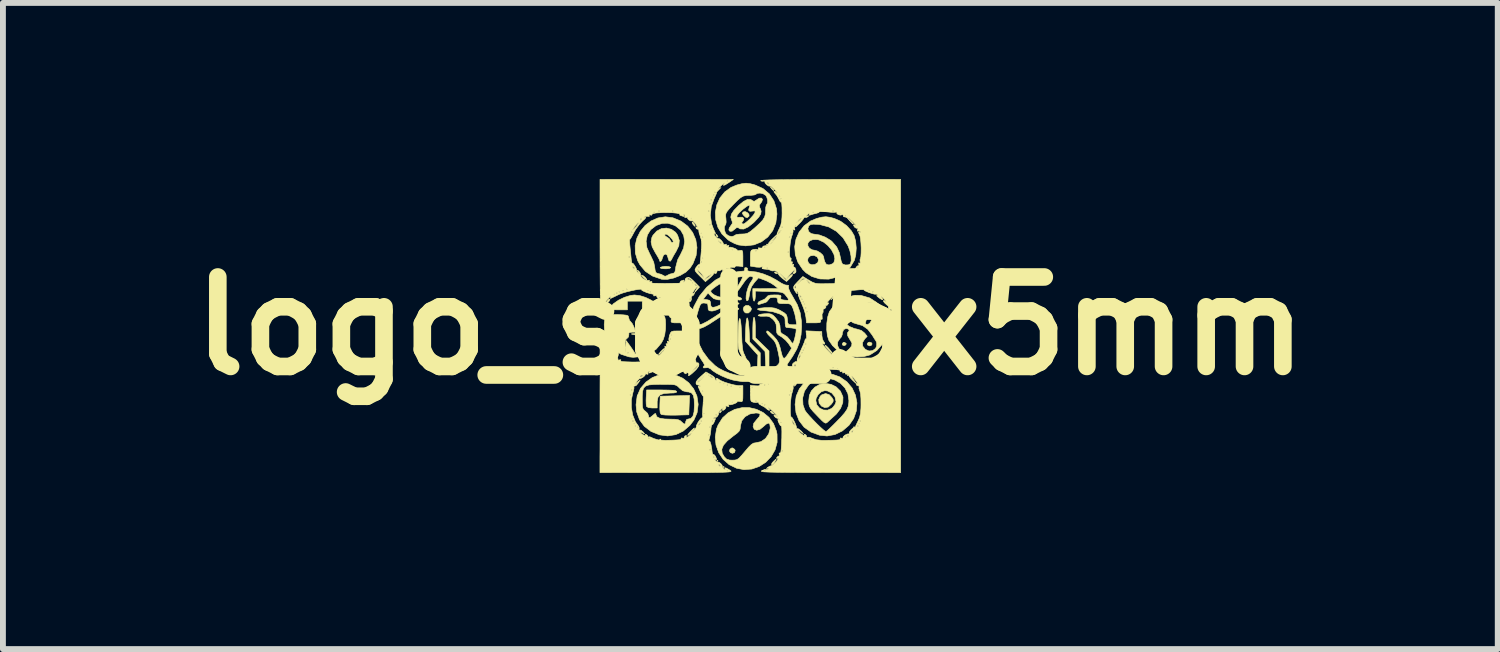
<source format=kicad_pcb>
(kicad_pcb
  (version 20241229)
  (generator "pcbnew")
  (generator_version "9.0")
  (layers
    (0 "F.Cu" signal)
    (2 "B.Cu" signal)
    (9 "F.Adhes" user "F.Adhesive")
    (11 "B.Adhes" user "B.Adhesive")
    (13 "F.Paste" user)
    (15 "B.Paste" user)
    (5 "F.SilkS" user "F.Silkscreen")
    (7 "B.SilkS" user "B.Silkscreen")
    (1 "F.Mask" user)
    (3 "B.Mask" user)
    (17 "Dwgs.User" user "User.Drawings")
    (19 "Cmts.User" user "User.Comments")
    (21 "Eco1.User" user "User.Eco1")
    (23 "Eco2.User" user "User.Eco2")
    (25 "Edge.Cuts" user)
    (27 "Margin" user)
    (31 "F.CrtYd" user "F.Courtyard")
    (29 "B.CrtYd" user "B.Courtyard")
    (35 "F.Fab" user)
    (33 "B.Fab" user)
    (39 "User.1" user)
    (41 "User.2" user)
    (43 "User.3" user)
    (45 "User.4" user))
  (footprint "logo_sol_5x5mm"
    (layer "F.Cu")
    (at 9.732 2.503)
    (property "Reference" "logo_sol_5x5mm" (at 0 0 0) (layer "F.SilkS") (effects (font (size 1.524 1.524) (thickness 0.3))))
    (attr through_hole)
    (fp_poly (pts (xy -1.905 0.095) (xy -1.916 0.106) (xy -1.926 0.095) (xy -1.916 0.085) (xy -1.905 0.095)) (stroke (width 0.01) (type solid)) (fill yes) (layer "F.SilkS"))
    (fp_poly (pts (xy -1.524 1.937) (xy -1.535 1.947) (xy -1.545 1.937) (xy -1.535 1.926) (xy -1.524 1.937)) (stroke (width 0.01) (type solid)) (fill yes) (layer "F.SilkS"))
    (fp_poly (pts (xy -0.55 2.297) (xy -0.561 2.307) (xy -0.572 2.297) (xy -0.561 2.286) (xy -0.55 2.297)) (stroke (width 0.01) (type solid)) (fill yes) (layer "F.SilkS"))
    (fp_poly (pts (xy -0.445 2.402) (xy -0.455 2.413) (xy -0.466 2.402) (xy -0.455 2.392) (xy -0.445 2.402)) (stroke (width 0.01) (type solid)) (fill yes) (layer "F.SilkS"))
    (fp_poly (pts (xy 0.296 -1.386) (xy 0.286 -1.376) (xy 0.275 -1.386) (xy 0.286 -1.397) (xy 0.296 -1.386)) (stroke (width 0.01) (type solid)) (fill yes) (layer "F.SilkS"))
    (fp_poly (pts (xy 1.672 0.836) (xy 1.662 0.847) (xy 1.651 0.836) (xy 1.662 0.826) (xy 1.672 0.836)) (stroke (width 0.01) (type solid)) (fill yes) (layer "F.SilkS"))
    (fp_poly (pts (xy 1.778 1.725) (xy 1.767 1.736) (xy 1.757 1.725) (xy 1.767 1.714) (xy 1.778 1.725)) (stroke (width 0.01) (type solid)) (fill yes) (layer "F.SilkS"))
    (fp_poly (pts (xy -1.508 -0.436) (xy -1.468 -0.398) (xy -1.462 -0.382) (xy -1.468 -0.381) (xy -1.485 -0.395) (xy -1.515 -0.429) (xy -1.556 -0.476) (xy -1.508 -0.436)) (stroke (width 0.01) (type solid)) (fill yes) (layer "F.SilkS"))
    (fp_poly (pts (xy -0.972 -1.763) (xy -0.953 -1.737) (xy -0.938 -1.701) (xy -0.947 -1.698) (xy -0.974 -1.726) (xy -0.991 -1.757) (xy -0.989 -1.77) (xy -0.972 -1.763)) (stroke (width 0.01) (type solid)) (fill yes) (layer "F.SilkS"))
    (fp_poly (pts (xy -0.572 -1.554) (xy -0.569 -1.551) (xy -0.552 -1.523) (xy -0.554 -1.513) (xy -0.57 -1.519) (xy -0.581 -1.539) (xy -0.587 -1.564) (xy -0.572 -1.554)) (stroke (width 0.01) (type solid)) (fill yes) (layer "F.SilkS"))
    (fp_poly (pts (xy 0.363 1.454) (xy 0.381 1.471) (xy 0.399 1.498) (xy 0.387 1.498) (xy 0.36 1.482) (xy 0.34 1.46) (xy 0.342 1.451) (xy 0.363 1.454)) (stroke (width 0.01) (type solid)) (fill yes) (layer "F.SilkS"))
    (fp_poly (pts (xy 0.433 -0.918) (xy 0.463 -0.901) (xy 0.458 -0.89) (xy 0.446 -0.889) (xy 0.417 -0.904) (xy 0.413 -0.91) (xy 0.416 -0.922) (xy 0.433 -0.918)) (stroke (width 0.01) (type solid)) (fill yes) (layer "F.SilkS"))
    (fp_poly (pts (xy 1.633 0.297) (xy 1.628 0.321) (xy 1.599 0.335) (xy 1.571 0.325) (xy 1.566 0.307) (xy 1.582 0.28) (xy 1.603 0.279) (xy 1.633 0.297)) (stroke (width 0.01) (type solid)) (fill yes) (layer "F.SilkS"))
    (fp_poly (pts (xy -0.493 1.453) (xy -0.497 1.46) (xy -0.517 1.481) (xy -0.521 1.482) (xy -0.523 1.468) (xy -0.519 1.46) (xy -0.499 1.44) (xy -0.495 1.439) (xy -0.493 1.453)) (stroke (width 0.01) (type solid)) (fill yes) (layer "F.SilkS"))
    (fp_poly (pts (xy 0.35 -2.364) (xy 0.365 -2.352) (xy 0.398 -2.321) (xy 0.398 -2.308) (xy 0.394 -2.307) (xy 0.377 -2.322) (xy 0.357 -2.344) (xy 0.339 -2.369) (xy 0.35 -2.364)) (stroke (width 0.01) (type solid)) (fill yes) (layer "F.SilkS"))
    (fp_poly (pts (xy 1.699 -1.801) (xy 1.743 -1.759) (xy 1.757 -1.739) (xy 1.75 -1.736) (xy 1.733 -1.75) (xy 1.7 -1.785) (xy 1.692 -1.794) (xy 1.64 -1.852) (xy 1.699 -1.801)) (stroke (width 0.01) (type solid)) (fill yes) (layer "F.SilkS"))
    (fp_poly (pts (xy 2.062 -0.323) (xy 2.075 -0.288) (xy 2.056 -0.26) (xy 2.032 -0.254) (xy 1.998 -0.266) (xy 1.99 -0.283) (xy 2.005 -0.314) (xy 2.037 -0.33) (xy 2.062 -0.323)) (stroke (width 0.01) (type solid)) (fill yes) (layer "F.SilkS"))
    (fp_poly (pts (xy 2.066 0.288) (xy 2.074 0.307) (xy 2.057 0.333) (xy 2.032 0.339) (xy 1.998 0.325) (xy 1.99 0.307) (xy 2.007 0.281) (xy 2.032 0.275) (xy 2.066 0.288)) (stroke (width 0.01) (type solid)) (fill yes) (layer "F.SilkS"))
    (fp_poly (pts (xy 2.276 0.427) (xy 2.268 0.446) (xy 2.234 0.476) (xy 2.218 0.488) (xy 2.148 0.536) (xy 2.206 0.475) (xy 2.245 0.44) (xy 2.272 0.426) (xy 2.276 0.427)) (stroke (width 0.01) (type solid)) (fill yes) (layer "F.SilkS"))
    (fp_poly (pts (xy -2.392 -0.454) (xy -2.392 -0.449) (xy -2.406 -0.422) (xy -2.437 -0.39) (xy -2.469 -0.363) (xy -2.473 -0.366) (xy -2.458 -0.396) (xy -2.431 -0.437) (xy -2.406 -0.459) (xy -2.392 -0.454)) (stroke (width 0.01) (type solid)) (fill yes) (layer "F.SilkS"))
    (fp_poly (pts (xy -1.82 -0.853) (xy -1.789 -0.826) (xy -1.763 -0.792) (xy -1.767 -0.785) (xy -1.798 -0.805) (xy -1.823 -0.825) (xy -1.851 -0.853) (xy -1.852 -0.867) (xy -1.85 -0.867) (xy -1.82 -0.853)) (stroke (width 0.01) (type solid)) (fill yes) (layer "F.SilkS"))
    (fp_poly (pts (xy -0.302 2.078) (xy -0.267 2.101) (xy -0.258 2.12) (xy -0.268 2.154) (xy -0.302 2.169) (xy -0.338 2.159) (xy -0.356 2.13) (xy -0.346 2.097) (xy -0.316 2.078) (xy -0.302 2.078)) (stroke (width 0.01) (type solid)) (fill yes) (layer "F.SilkS"))
    (fp_poly (pts (xy 0.441 2.271) (xy 0.426 2.301) (xy 0.399 2.342) (xy 0.374 2.364) (xy 0.36 2.359) (xy 0.36 2.354) (xy 0.374 2.327) (xy 0.405 2.295) (xy 0.437 2.268) (xy 0.441 2.271)) (stroke (width 0.01) (type solid)) (fill yes) (layer "F.SilkS"))
    (fp_poly (pts (xy 1.639 -0.299) (xy 1.636 -0.273) (xy 1.612 -0.25) (xy 1.586 -0.244) (xy 1.58 -0.247) (xy 1.567 -0.279) (xy 1.566 -0.289) (xy 1.582 -0.313) (xy 1.614 -0.316) (xy 1.639 -0.299)) (stroke (width 0.01) (type solid)) (fill yes) (layer "F.SilkS"))
    (fp_poly (pts (xy -0.032 -0.349) (xy -0.004 -0.331) (xy 0.019 -0.294) (xy 0.008 -0.259) (xy -0.033 -0.221) (xy -0.078 -0.221) (xy -0.105 -0.242) (xy -0.122 -0.287) (xy -0.109 -0.326) (xy -0.075 -0.35) (xy -0.032 -0.349)) (stroke (width 0.01) (type solid)) (fill yes) (layer "F.SilkS"))
    (fp_poly (pts (xy -0.053 -1.933) (xy -0.025 -1.905) (xy -0.021 -1.874) (xy -0.027 -1.866) (xy -0.054 -1.845) (xy -0.079 -1.852) (xy -0.112 -1.882) (xy -0.136 -1.915) (xy -0.127 -1.938) (xy -0.122 -1.942) (xy -0.089 -1.949) (xy -0.053 -1.933)) (stroke (width 0.01) (type solid)) (fill yes) (layer "F.SilkS"))
    (fp_poly (pts (xy 1.291 0.337) (xy 1.326 0.371) (xy 1.352 0.402) (xy 1.395 0.458) (xy 1.41 0.482) (xy 1.397 0.475) (xy 1.356 0.436) (xy 1.334 0.413) (xy 1.295 0.368) (xy 1.274 0.337) (xy 1.273 0.328) (xy 1.291 0.337)) (stroke (width 0.01) (type solid)) (fill yes) (layer "F.SilkS"))
    (fp_poly (pts (xy -1.469 0.394) (xy -1.496 0.427) (xy -1.503 0.434) (xy -1.539 0.47) (xy -1.562 0.487) (xy -1.563 0.487) (xy -1.558 0.474) (xy -1.53 0.441) (xy -1.524 0.434) (xy -1.488 0.398) (xy -1.465 0.381) (xy -1.464 0.381) (xy -1.469 0.394)) (stroke (width 0.01) (type solid)) (fill yes) (layer "F.SilkS"))
    (fp_poly (pts (xy -1.386 -1.011) (xy -1.357 -0.999) (xy -1.355 -0.995) (xy -1.374 -0.982) (xy -1.422 -0.975) (xy -1.451 -0.974) (xy -1.51 -0.978) (xy -1.535 -0.989) (xy -1.535 -0.995) (xy -1.507 -1.008) (xy -1.454 -1.016) (xy -1.438 -1.016) (xy -1.386 -1.011)) (stroke (width 0.01) (type solid)) (fill yes) (layer "F.SilkS"))
    (fp_poly (pts (xy -1.042 1.349) (xy -1.048 1.513) (xy -1.27 1.519) (xy -1.365 1.519) (xy -1.445 1.517) (xy -1.501 1.511) (xy -1.52 1.506) (xy -1.536 1.478) (xy -1.542 1.416) (xy -1.541 1.342) (xy -1.535 1.196) (xy -1.285 1.19) (xy -1.035 1.184) (xy -1.042 1.349)) (stroke (width 0.01) (type solid)) (fill yes) (layer "F.SilkS"))
    (fp_poly (pts (xy 1.343 1.17) (xy 1.39 1.22) (xy 1.412 1.259) (xy 1.409 1.29) (xy 1.382 1.329) (xy 1.327 1.381) (xy 1.267 1.39) (xy 1.212 1.365) (xy 1.172 1.314) (xy 1.165 1.253) (xy 1.191 1.196) (xy 1.216 1.173) (xy 1.282 1.151) (xy 1.343 1.17)) (stroke (width 0.01) (type solid)) (fill yes) (layer "F.SilkS"))
    (fp_poly (pts (xy -1.398 1.092) (xy -1.318 1.096) (xy -1.271 1.104) (xy -1.254 1.117) (xy -1.262 1.132) (xy -1.303 1.141) (xy -1.369 1.143) (xy -1.47 1.15) (xy -1.537 1.173) (xy -1.574 1.217) (xy -1.587 1.286) (xy -1.587 1.303) (xy -1.587 1.397) (xy -1.673 1.397) (xy -1.736 1.39) (xy -1.768 1.371) (xy -1.769 1.368) (xy -1.774 1.332) (xy -1.776 1.27) (xy -1.774 1.215) (xy -1.767 1.09) (xy -1.515 1.09) (xy -1.398 1.092)) (stroke (width 0.01) (type solid)) (fill yes) (layer "F.SilkS"))
    (fp_poly (pts (xy -1.881 -0.517) (xy -1.779 -0.484) (xy -1.68 -0.435) (xy -1.599 -0.378) (xy -1.546 -0.318) (xy -1.543 -0.314) (xy -1.536 -0.294) (xy -1.545 -0.283) (xy -1.578 -0.277) (xy -1.642 -0.275) (xy -1.682 -0.275) (xy -1.841 -0.275) (xy -1.841 -0.423) (xy -2.095 -0.423) (xy -2.095 -0.275) (xy -2.254 -0.275) (xy -2.335 -0.276) (xy -2.38 -0.279) (xy -2.398 -0.287) (xy -2.395 -0.303) (xy -2.387 -0.318) (xy -2.33 -0.381) (xy -2.244 -0.44) (xy -2.143 -0.489) (xy -2.041 -0.52) (xy -1.975 -0.528) (xy -1.881 -0.517)) (stroke (width 0.01) (type solid)) (fill yes) (layer "F.SilkS"))
    (fp_poly (pts (xy 1.377 0.995) (xy 1.464 1.039) (xy 1.533 1.108) (xy 1.574 1.199) (xy 1.578 1.214) (xy 1.575 1.306) (xy 1.537 1.404) (xy 1.469 1.496) (xy 1.444 1.52) (xy 1.387 1.571) (xy 1.337 1.617) (xy 1.321 1.632) (xy 1.3 1.65) (xy 1.281 1.655) (xy 1.256 1.643) (xy 1.219 1.611) (xy 1.162 1.553) (xy 1.136 1.526) (xy 1.07 1.457) (xy 1.029 1.407) (xy 1.006 1.368) (xy 0.997 1.329) (xy 0.995 1.281) (xy 0.996 1.27) (xy 1.115 1.27) (xy 1.133 1.345) (xy 1.179 1.399) (xy 1.244 1.431) (xy 1.316 1.434) (xy 1.384 1.405) (xy 1.409 1.383) (xy 1.444 1.335) (xy 1.46 1.293) (xy 1.46 1.289) (xy 1.441 1.208) (xy 1.39 1.144) (xy 1.317 1.107) (xy 1.27 1.101) (xy 1.21 1.119) (xy 1.157 1.167) (xy 1.122 1.229) (xy 1.115 1.27) (xy 0.996 1.27) (xy 1.005 1.182) (xy 1.04 1.106) (xy 1.099 1.042) (xy 1.185 0.993) (xy 1.281 0.978) (xy 1.377 0.995)) (stroke (width 0.01) (type solid)) (fill yes) (layer "F.SilkS"))
    (fp_poly (pts (xy -1.345 -1.647) (xy -1.273 -1.596) (xy -1.239 -1.546) (xy -1.21 -1.457) (xy -1.218 -1.368) (xy -1.265 -1.271) (xy -1.266 -1.269) (xy -1.303 -1.208) (xy -1.331 -1.156) (xy -1.339 -1.138) (xy -1.362 -1.104) (xy -1.385 -1.11) (xy -1.4 -1.152) (xy -1.401 -1.159) (xy -1.419 -1.209) (xy -1.449 -1.226) (xy -1.479 -1.207) (xy -1.495 -1.166) (xy -1.509 -1.124) (xy -1.528 -1.1) (xy -1.542 -1.101) (xy -1.545 -1.117) (xy -1.556 -1.142) (xy -1.584 -1.192) (xy -1.619 -1.249) (xy -1.672 -1.348) (xy -1.691 -1.432) (xy -1.677 -1.509) (xy -1.659 -1.544) (xy -1.648 -1.556) (xy -1.46 -1.556) (xy -1.452 -1.534) (xy -1.421 -1.514) (xy -1.419 -1.514) (xy -1.379 -1.484) (xy -1.365 -1.459) (xy -1.345 -1.427) (xy -1.323 -1.419) (xy -1.312 -1.439) (xy -1.312 -1.44) (xy -1.327 -1.471) (xy -1.362 -1.512) (xy -1.403 -1.548) (xy -1.436 -1.566) (xy -1.438 -1.566) (xy -1.46 -1.556) (xy -1.648 -1.556) (xy -1.595 -1.616) (xy -1.515 -1.658) (xy -1.429 -1.668) (xy -1.345 -1.647)) (stroke (width 0.01) (type solid)) (fill yes) (layer "F.SilkS"))
    (fp_poly (pts (xy 1.406 0.825) (xy 1.525 0.868) (xy 1.645 0.951) (xy 1.734 1.057) (xy 1.791 1.179) (xy 1.816 1.311) (xy 1.806 1.446) (xy 1.76 1.576) (xy 1.681 1.691) (xy 1.569 1.787) (xy 1.442 1.849) (xy 1.307 1.874) (xy 1.18 1.861) (xy 1.033 1.807) (xy 0.915 1.723) (xy 0.83 1.613) (xy 0.778 1.479) (xy 0.762 1.337) (xy 0.777 1.226) (xy 0.891 1.226) (xy 0.897 1.345) (xy 0.929 1.435) (xy 0.956 1.475) (xy 1.004 1.53) (xy 1.064 1.595) (xy 1.129 1.662) (xy 1.192 1.723) (xy 1.245 1.77) (xy 1.281 1.796) (xy 1.289 1.799) (xy 1.309 1.785) (xy 1.351 1.747) (xy 1.409 1.69) (xy 1.464 1.635) (xy 1.55 1.546) (xy 1.609 1.477) (xy 1.647 1.421) (xy 1.668 1.368) (xy 1.677 1.312) (xy 1.679 1.27) (xy 1.662 1.154) (xy 1.612 1.056) (xy 1.537 0.977) (xy 1.443 0.922) (xy 1.338 0.891) (xy 1.227 0.889) (xy 1.119 0.917) (xy 1.021 0.979) (xy 0.991 1.008) (xy 0.922 1.11) (xy 0.891 1.226) (xy 0.777 1.226) (xy 0.781 1.196) (xy 0.835 1.072) (xy 0.917 0.968) (xy 1.021 0.888) (xy 1.141 0.835) (xy 1.272 0.812) (xy 1.406 0.825)) (stroke (width 0.01) (type solid)) (fill yes) (layer "F.SilkS"))
    (fp_poly (pts (xy -1.319 -1.843) (xy -1.18 -1.786) (xy -1.067 -1.701) (xy -0.983 -1.593) (xy -0.929 -1.469) (xy -0.909 -1.336) (xy -0.924 -1.199) (xy -0.977 -1.063) (xy -1.028 -0.985) (xy -1.099 -0.917) (xy -1.196 -0.86) (xy -1.305 -0.817) (xy -1.414 -0.794) (xy -1.508 -0.796) (xy -1.513 -0.797) (xy -1.666 -0.85) (xy -1.788 -0.931) (xy -1.881 -1.042) (xy -1.919 -1.111) (xy -1.959 -1.242) (xy -1.962 -1.372) (xy -1.944 -1.446) (xy -1.776 -1.446) (xy -1.762 -1.334) (xy -1.71 -1.22) (xy -1.703 -1.208) (xy -1.646 -1.087) (xy -1.63 -1.007) (xy -1.621 -0.943) (xy -1.607 -0.909) (xy -1.582 -0.895) (xy -1.566 -0.892) (xy -1.518 -0.88) (xy -1.493 -0.866) (xy -1.458 -0.848) (xy -1.45 -0.847) (xy -1.414 -0.86) (xy -1.407 -0.866) (xy -1.371 -0.884) (xy -1.333 -0.892) (xy -1.301 -0.902) (xy -1.283 -0.926) (xy -1.273 -0.977) (xy -1.27 -1.006) (xy -1.237 -1.13) (xy -1.19 -1.216) (xy -1.137 -1.327) (xy -1.119 -1.439) (xy -1.136 -1.543) (xy -1.187 -1.633) (xy -1.27 -1.701) (xy -1.297 -1.715) (xy -1.404 -1.75) (xy -1.501 -1.749) (xy -1.603 -1.712) (xy -1.608 -1.709) (xy -1.698 -1.64) (xy -1.754 -1.55) (xy -1.776 -1.446) (xy -1.944 -1.446) (xy -1.932 -1.497) (xy -1.874 -1.612) (xy -1.793 -1.711) (xy -1.691 -1.789) (xy -1.575 -1.84) (xy -1.448 -1.86) (xy -1.319 -1.843)) (stroke (width 0.01) (type solid)) (fill yes) (layer "F.SilkS"))
    (fp_poly (pts (xy 0.207 -2.157) (xy 0.195 -2.117) (xy 0.176 -2.092) (xy 0.153 -2.056) (xy 0.16 -2.018) (xy 0.168 -2.003) (xy 0.184 -1.955) (xy 0.177 -1.908) (xy 0.143 -1.853) (xy 0.079 -1.784) (xy 0.054 -1.759) (xy -0.037 -1.687) (xy -0.113 -1.651) (xy -0.175 -1.654) (xy -0.204 -1.673) (xy -0.232 -1.677) (xy -0.264 -1.651) (xy -0.31 -1.615) (xy -0.348 -1.613) (xy -0.366 -1.635) (xy -0.36 -1.668) (xy -0.334 -1.707) (xy -0.307 -1.747) (xy -0.31 -1.784) (xy -0.317 -1.799) (xy -0.333 -1.852) (xy -0.333 -1.855) (xy -0.229 -1.855) (xy -0.199 -1.85) (xy -0.182 -1.853) (xy -0.136 -1.853) (xy -0.112 -1.832) (xy -0.118 -1.8) (xy -0.125 -1.793) (xy -0.147 -1.758) (xy -0.135 -1.738) (xy -0.121 -1.736) (xy -0.092 -1.75) (xy -0.046 -1.787) (xy -0.004 -1.826) (xy 0.053 -1.89) (xy 0.081 -1.936) (xy 0.079 -1.96) (xy 0.047 -1.959) (xy 0.043 -1.958) (xy -0.008 -1.953) (xy -0.03 -1.973) (xy -0.022 -2.009) (xy -0.008 -2.048) (xy -0.022 -2.057) (xy -0.061 -2.038) (xy -0.125 -1.989) (xy -0.13 -1.985) (xy -0.193 -1.926) (xy -0.227 -1.881) (xy -0.229 -1.855) (xy -0.333 -1.855) (xy -0.322 -1.906) (xy -0.28 -1.969) (xy -0.205 -2.047) (xy -0.203 -2.05) (xy -0.117 -2.121) (xy -0.048 -2.156) (xy 0.008 -2.154) (xy 0.038 -2.134) (xy 0.065 -2.122) (xy 0.101 -2.144) (xy 0.102 -2.145) (xy 0.152 -2.177) (xy 0.19 -2.179) (xy 0.207 -2.157)) (stroke (width 0.01) (type solid)) (fill yes) (layer "F.SilkS"))
    (fp_poly (pts (xy -0.016 1.391) (xy 0.106 1.42) (xy 0.219 1.475) (xy 0.317 1.556) (xy 0.394 1.662) (xy 0.445 1.792) (xy 0.455 1.845) (xy 0.456 1.983) (xy 0.421 2.111) (xy 0.354 2.226) (xy 0.263 2.321) (xy 0.151 2.393) (xy 0.026 2.437) (xy -0.108 2.447) (xy -0.233 2.424) (xy -0.36 2.363) (xy -0.463 2.272) (xy -0.539 2.158) (xy -0.559 2.101) (xy -0.487 2.101) (xy -0.479 2.169) (xy -0.443 2.23) (xy -0.404 2.268) (xy -0.354 2.284) (xy -0.307 2.286) (xy -0.261 2.284) (xy -0.226 2.275) (xy -0.192 2.251) (xy -0.15 2.206) (xy -0.092 2.138) (xy -0.029 2.064) (xy 0.017 2.019) (xy 0.054 1.996) (xy 0.089 1.99) (xy 0.091 1.99) (xy 0.182 1.97) (xy 0.259 1.917) (xy 0.313 1.839) (xy 0.338 1.745) (xy 0.339 1.727) (xy 0.331 1.671) (xy 0.308 1.653) (xy 0.268 1.673) (xy 0.221 1.715) (xy 0.163 1.761) (xy 0.108 1.776) (xy 0.067 1.76) (xy 0.047 1.714) (xy 0.058 1.658) (xy 0.105 1.599) (xy 0.154 1.543) (xy 0.167 1.506) (xy 0.141 1.486) (xy 0.094 1.482) (xy -0.009 1.499) (xy -0.091 1.546) (xy -0.147 1.617) (xy -0.17 1.707) (xy -0.17 1.714) (xy -0.174 1.757) (xy -0.191 1.792) (xy -0.229 1.829) (xy -0.289 1.873) (xy -0.393 1.957) (xy -0.459 2.032) (xy -0.487 2.101) (xy -0.559 2.101) (xy -0.585 2.029) (xy -0.598 1.892) (xy -0.576 1.754) (xy -0.549 1.686) (xy -0.473 1.565) (xy -0.375 1.477) (xy -0.262 1.419) (xy -0.141 1.391) (xy -0.016 1.391)) (stroke (width 0.01) (type solid)) (fill yes) (layer "F.SilkS"))
    (fp_poly (pts (xy -0.003 -2.424) (xy 0.082 -2.401) (xy 0.216 -2.341) (xy 0.324 -2.25) (xy 0.401 -2.133) (xy 0.445 -1.997) (xy 0.453 -1.905) (xy 0.434 -1.755) (xy 0.381 -1.624) (xy 0.298 -1.516) (xy 0.19 -1.434) (xy 0.063 -1.382) (xy -0.08 -1.365) (xy -0.201 -1.38) (xy -0.268 -1.404) (xy -0.345 -1.444) (xy -0.381 -1.468) (xy -0.484 -1.567) (xy -0.553 -1.682) (xy -0.556 -1.692) (xy -0.442 -1.692) (xy -0.442 -1.64) (xy -0.425 -1.586) (xy -0.409 -1.563) (xy -0.366 -1.534) (xy -0.314 -1.524) (xy -0.273 -1.536) (xy -0.265 -1.545) (xy -0.237 -1.558) (xy -0.183 -1.565) (xy -0.148 -1.566) (xy -0.091 -1.569) (xy -0.046 -1.581) (xy 0.000418 -1.609) (xy 0.062 -1.66) (xy 0.076 -1.672) (xy 0.158 -1.747) (xy 0.212 -1.805) (xy 0.243 -1.856) (xy 0.257 -1.907) (xy 0.259 -1.961) (xy 0.262 -2.02) (xy 0.272 -2.059) (xy 0.277 -2.065) (xy 0.294 -2.097) (xy 0.294 -2.149) (xy 0.277 -2.202) (xy 0.261 -2.226) (xy 0.219 -2.252) (xy 0.165 -2.264) (xy 0.117 -2.259) (xy 0.096 -2.244) (xy 0.069 -2.232) (xy 0.015 -2.226) (xy -0.008 -2.226) (xy -0.068 -2.224) (xy -0.118 -2.213) (xy -0.166 -2.186) (xy -0.221 -2.138) (xy -0.295 -2.064) (xy -0.304 -2.054) (xy -0.365 -1.99) (xy -0.401 -1.945) (xy -0.418 -1.91) (xy -0.421 -1.874) (xy -0.416 -1.831) (xy -0.412 -1.77) (xy -0.419 -1.731) (xy -0.424 -1.725) (xy -0.442 -1.692) (xy -0.556 -1.692) (xy -0.59 -1.808) (xy -0.596 -1.937) (xy -0.571 -2.064) (xy -0.518 -2.181) (xy -0.436 -2.283) (xy -0.328 -2.361) (xy -0.23 -2.401) (xy -0.142 -2.424) (xy -0.073 -2.432) (xy -0.003 -2.424)) (stroke (width 0.01) (type solid)) (fill yes) (layer "F.SilkS"))
    (fp_poly (pts (xy -1.274 0.836) (xy -1.153 0.889) (xy -1.049 0.968) (xy -0.966 1.071) (xy -0.91 1.193) (xy -0.889 1.331) (xy -0.889 1.34) (xy -0.907 1.478) (xy -0.962 1.604) (xy -1.03 1.693) (xy -1.143 1.79) (xy -1.271 1.851) (xy -1.408 1.873) (xy -1.546 1.855) (xy -1.691 1.797) (xy -1.805 1.71) (xy -1.888 1.597) (xy -1.936 1.462) (xy -1.947 1.342) (xy -1.935 1.248) (xy -1.841 1.248) (xy -1.84 1.334) (xy -1.836 1.387) (xy -1.824 1.42) (xy -1.803 1.442) (xy -1.789 1.452) (xy -1.75 1.489) (xy -1.736 1.526) (xy -1.729 1.56) (xy -1.708 1.56) (xy -1.665 1.527) (xy -1.658 1.52) (xy -1.624 1.492) (xy -1.61 1.494) (xy -1.609 1.509) (xy -1.593 1.546) (xy -1.545 1.571) (xy -1.462 1.584) (xy -1.37 1.587) (xy -1.284 1.589) (xy -1.229 1.597) (xy -1.194 1.613) (xy -1.175 1.63) (xy -1.14 1.661) (xy -1.119 1.672) (xy -1.104 1.654) (xy -1.101 1.63) (xy -1.086 1.594) (xy -1.065 1.587) (xy -1.013 1.575) (xy -0.978 1.536) (xy -0.959 1.464) (xy -0.953 1.356) (xy -0.953 1.353) (xy -0.957 1.249) (xy -0.972 1.18) (xy -1.002 1.141) (xy -1.05 1.124) (xy -1.083 1.122) (xy -1.152 1.103) (xy -1.206 1.058) (xy -1.233 1.031) (xy -1.258 1.013) (xy -1.291 1.002) (xy -1.34 0.997) (xy -1.415 0.995) (xy -1.511 0.995) (xy -1.636 0.996) (xy -1.725 1.004) (xy -1.783 1.023) (xy -1.818 1.057) (xy -1.835 1.111) (xy -1.841 1.191) (xy -1.841 1.248) (xy -1.935 1.248) (xy -1.928 1.194) (xy -1.871 1.063) (xy -1.777 0.954) (xy -1.667 0.877) (xy -1.536 0.827) (xy -1.403 0.814) (xy -1.274 0.836)) (stroke (width 0.01) (type solid)) (fill yes) (layer "F.SilkS"))
    (fp_poly (pts (xy -2.256 -0.194) (xy -2.168 -0.19) (xy -2.114 -0.184) (xy -2.086 -0.175) (xy -2.076 -0.159) (xy -2.074 -0.144) (xy -2.059 -0.096) (xy -2.04 -0.075) (xy -2.011 -0.039) (xy -1.983 0.017) (xy -1.979 0.028) (xy -1.952 0.106) (xy -2.016 0.106) (xy -2.06 0.111) (xy -2.072 0.13) (xy -2.069 0.145) (xy -2.077 0.188) (xy -2.098 0.209) (xy -2.123 0.233) (xy -2.133 0.277) (xy -2.134 0.344) (xy -2.13 0.455) (xy -2.095 0.455) (xy -2.085 0.466) (xy -2.074 0.455) (xy -2.085 0.445) (xy -2.095 0.455) (xy -2.13 0.455) (xy -2.122 0.353) (xy -2.114 0.25) (xy -2.041 0.352) (xy -2.001 0.41) (xy -1.972 0.455) (xy -1.963 0.473) (xy -1.942 0.476) (xy -1.898 0.462) (xy -1.878 0.453) (xy -1.832 0.429) (xy -1.809 0.403) (xy -1.8 0.361) (xy -1.799 0.304) (xy -1.8 0.239) (xy -1.809 0.203) (xy -1.834 0.185) (xy -1.879 0.172) (xy -1.946 0.155) (xy -2.006 0.143) (xy -2.011 0.142) (xy -2.029 0.136) (xy -2.006 0.131) (xy -1.976 0.13) (xy -1.892 0.122) (xy -1.842 0.108) (xy -1.83 0.087) (xy -1.832 0.082) (xy -1.86 0.068) (xy -1.896 0.064) (xy -1.936 0.05) (xy -1.947 0.015) (xy -1.927 -0.032) (xy -1.896 -0.068) (xy -1.858 -0.113) (xy -1.838 -0.155) (xy -1.838 -0.156) (xy -1.83 -0.175) (xy -1.808 -0.186) (xy -1.764 -0.192) (xy -1.689 -0.194) (xy -1.652 -0.195) (xy -1.565 -0.194) (xy -1.51 -0.19) (xy -1.479 -0.18) (xy -1.463 -0.163) (xy -1.455 -0.145) (xy -1.446 -0.098) (xy -1.443 -0.026) (xy -1.445 0.048) (xy -1.458 0.149) (xy -1.483 0.229) (xy -1.516 0.291) (xy -1.605 0.396) (xy -1.72 0.473) (xy -1.853 0.521) (xy -1.996 0.534) (xy -2.067 0.526) (xy -2.203 0.482) (xy -2.318 0.403) (xy -2.407 0.294) (xy -2.467 0.158) (xy -2.467 0.158) (xy -2.485 0.067) (xy -2.489 -0.027) (xy -2.481 -0.111) (xy -2.461 -0.171) (xy -2.455 -0.18) (xy -2.427 -0.189) (xy -2.365 -0.195) (xy -2.281 -0.195) (xy -2.256 -0.194)) (stroke (width 0.01) (type solid)) (fill yes) (layer "F.SilkS"))
    (fp_poly (pts (xy 1.359 -1.851) (xy 1.432 -1.831) (xy 1.539 -1.783) (xy 1.64 -1.709) (xy 1.722 -1.619) (xy 1.768 -1.54) (xy 1.794 -1.442) (xy 1.804 -1.327) (xy 1.796 -1.213) (xy 1.773 -1.12) (xy 1.699 -0.997) (xy 1.597 -0.9) (xy 1.474 -0.832) (xy 1.336 -0.798) (xy 1.193 -0.801) (xy 1.171 -0.805) (xy 1.048 -0.843) (xy 0.948 -0.907) (xy 0.892 -0.963) (xy 0.811 -1.084) (xy 0.8 -1.115) (xy 0.974 -1.115) (xy 0.995 -1.067) (xy 1 -1.062) (xy 1.046 -1.042) (xy 1.101 -1.048) (xy 1.146 -1.078) (xy 1.151 -1.085) (xy 1.161 -1.133) (xy 1.137 -1.177) (xy 1.087 -1.202) (xy 1.081 -1.203) (xy 1.024 -1.195) (xy 0.986 -1.162) (xy 0.974 -1.115) (xy 0.8 -1.115) (xy 0.766 -1.215) (xy 0.756 -1.349) (xy 0.758 -1.365) (xy 0.98 -1.365) (xy 1.007 -1.324) (xy 1.055 -1.297) (xy 1.089 -1.291) (xy 1.139 -1.278) (xy 1.192 -1.247) (xy 1.234 -1.208) (xy 1.249 -1.175) (xy 1.256 -1.134) (xy 1.27 -1.09) (xy 1.296 -1.049) (xy 1.337 -1.04) (xy 1.347 -1.041) (xy 1.397 -1.058) (xy 1.424 -1.081) (xy 1.44 -1.143) (xy 1.425 -1.217) (xy 1.384 -1.295) (xy 1.324 -1.367) (xy 1.251 -1.427) (xy 1.171 -1.465) (xy 1.144 -1.471) (xy 1.068 -1.472) (xy 1.011 -1.45) (xy 0.98 -1.412) (xy 0.98 -1.365) (xy 0.758 -1.365) (xy 0.778 -1.48) (xy 0.832 -1.601) (xy 0.877 -1.657) (xy 0.979 -1.657) (xy 0.994 -1.609) (xy 1.034 -1.575) (xy 1.075 -1.566) (xy 1.175 -1.551) (xy 1.28 -1.511) (xy 1.372 -1.455) (xy 1.395 -1.434) (xy 1.471 -1.346) (xy 1.515 -1.251) (xy 1.535 -1.163) (xy 1.548 -1.103) (xy 1.566 -1.061) (xy 1.573 -1.054) (xy 1.619 -1.039) (xy 1.67 -1.041) (xy 1.704 -1.059) (xy 1.705 -1.06) (xy 1.718 -1.113) (xy 1.715 -1.191) (xy 1.696 -1.28) (xy 1.666 -1.362) (xy 1.58 -1.502) (xy 1.468 -1.612) (xy 1.334 -1.688) (xy 1.182 -1.728) (xy 1.154 -1.73) (xy 1.076 -1.734) (xy 1.029 -1.728) (xy 1 -1.71) (xy 0.996 -1.706) (xy 0.979 -1.657) (xy 0.877 -1.657) (xy 0.915 -1.706) (xy 1.026 -1.788) (xy 1.131 -1.832) (xy 1.218 -1.854) (xy 1.287 -1.861) (xy 1.359 -1.851)) (stroke (width 0.01) (type solid)) (fill yes) (layer "F.SilkS"))
    (fp_poly (pts (xy 1.887 -0.52) (xy 2.032 -0.478) (xy 2.154 -0.399) (xy 2.252 -0.286) (xy 2.302 -0.195) (xy 2.334 -0.113) (xy 2.347 -0.042) (xy 2.344 0.041) (xy 2.312 0.185) (xy 2.247 0.313) (xy 2.154 0.418) (xy 2.038 0.492) (xy 2.027 0.496) (xy 1.932 0.521) (xy 1.817 0.528) (xy 1.702 0.519) (xy 1.605 0.493) (xy 1.598 0.49) (xy 1.495 0.425) (xy 1.401 0.335) (xy 1.399 0.332) (xy 1.485 0.332) (xy 1.512 0.388) (xy 1.565 0.429) (xy 1.615 0.443) (xy 1.64 0.43) (xy 1.678 0.398) (xy 1.684 0.393) (xy 1.726 0.339) (xy 1.731 0.291) (xy 1.699 0.235) (xy 1.693 0.227) (xy 1.658 0.166) (xy 1.654 0.118) (xy 1.673 0.095) (xy 1.685 0.072) (xy 1.667 0.051) (xy 1.631 0.042) (xy 1.59 0.061) (xy 1.569 0.113) (xy 1.566 0.145) (xy 1.551 0.186) (xy 1.524 0.217) (xy 1.488 0.271) (xy 1.485 0.332) (xy 1.399 0.332) (xy 1.338 0.246) (xy 1.313 0.168) (xy 1.301 0.065) (xy 1.303 -0.047) (xy 1.318 -0.154) (xy 1.346 -0.241) (xy 1.35 -0.248) (xy 1.365 -0.268) (xy 1.483 -0.268) (xy 1.5 -0.211) (xy 1.521 -0.186) (xy 1.56 -0.143) (xy 1.575 -0.112) (xy 1.615 -0.048) (xy 1.685 0.007) (xy 1.772 0.044) (xy 1.808 0.051) (xy 1.891 0.076) (xy 1.947 0.121) (xy 1.991 0.176) (xy 1.948 0.222) (xy 1.91 0.284) (xy 1.915 0.345) (xy 1.959 0.399) (xy 2.021 0.426) (xy 2.083 0.42) (xy 2.132 0.384) (xy 2.152 0.344) (xy 2.153 0.289) (xy 2.14 0.256) (xy 2.112 0.214) (xy 2.079 0.16) (xy 2.079 0.159) (xy 2.001 0.057) (xy 1.911 -0.007) (xy 1.839 -0.027) (xy 1.75 -0.055) (xy 1.696 -0.093) (xy 1.643 -0.147) (xy 1.689 -0.197) (xy 1.728 -0.252) (xy 1.729 -0.289) (xy 1.905 -0.289) (xy 1.919 -0.243) (xy 1.951 -0.197) (xy 1.981 -0.156) (xy 1.982 -0.119) (xy 1.973 -0.098) (xy 1.961 -0.055) (xy 1.964 -0.033) (xy 1.998 -0.023) (xy 2.034 -0.046) (xy 2.063 -0.094) (xy 2.064 -0.097) (xy 2.091 -0.156) (xy 2.122 -0.199) (xy 2.154 -0.256) (xy 2.153 -0.321) (xy 2.126 -0.369) (xy 2.072 -0.398) (xy 2.01 -0.398) (xy 1.953 -0.373) (xy 1.914 -0.329) (xy 1.905 -0.289) (xy 1.729 -0.289) (xy 1.73 -0.305) (xy 1.703 -0.355) (xy 1.657 -0.389) (xy 1.594 -0.403) (xy 1.534 -0.394) (xy 1.507 -0.377) (xy 1.485 -0.33) (xy 1.483 -0.268) (xy 1.365 -0.268) (xy 1.426 -0.35) (xy 1.53 -0.434) (xy 1.652 -0.493) (xy 1.781 -0.523) (xy 1.887 -0.52)) (stroke (width 0.01) (type solid)) (fill yes) (layer "F.SilkS"))
    (fp_poly (pts (xy -0.048 -0.983) (xy -0.05 -0.963) (xy -0.049 -0.941) (xy -0.016 -0.932) (xy 0.009 -0.931) (xy 0.105 -0.919) (xy 0.22 -0.887) (xy 0.337 -0.84) (xy 0.443 -0.783) (xy 0.467 -0.767) (xy 0.533 -0.726) (xy 0.59 -0.7) (xy 0.622 -0.695) (xy 0.651 -0.693) (xy 0.649 -0.669) (xy 0.654 -0.632) (xy 0.681 -0.57) (xy 0.719 -0.506) (xy 0.8 -0.363) (xy 0.849 -0.225) (xy 0.871 -0.078) (xy 0.873 0.011) (xy 0.864 0.149) (xy 0.838 0.273) (xy 0.791 0.394) (xy 0.717 0.522) (xy 0.643 0.63) (xy 0.624 0.665) (xy 0.632 0.677) (xy 0.655 0.694) (xy 0.656 0.701) (xy 0.639 0.715) (xy 0.606 0.712) (xy 0.55 0.716) (xy 0.52 0.739) (xy 0.468 0.78) (xy 0.387 0.825) (xy 0.29 0.869) (xy 0.19 0.906) (xy 0.098 0.929) (xy 0.097 0.93) (xy -0.03 0.947) (xy -0.14 0.947) (xy -0.256 0.93) (xy -0.305 0.919) (xy -0.393 0.891) (xy -0.488 0.851) (xy -0.576 0.805) (xy -0.646 0.759) (xy -0.677 0.73) (xy -0.721 0.709) (xy -0.754 0.712) (xy -0.794 0.714) (xy -0.804 0.701) (xy -0.788 0.678) (xy -0.781 0.677) (xy -0.781 0.662) (xy -0.801 0.623) (xy -0.834 0.575) (xy -0.934 0.408) (xy -1.001 0.223) (xy -1.015 0.162) (xy -1.032 0.098) (xy -1.049 0.054) (xy -1.06 0.042) (xy -0.936 0.042) (xy -0.922 0.143) (xy -0.883 0.287) (xy -0.811 0.432) (xy -0.714 0.565) (xy -0.6 0.676) (xy -0.537 0.721) (xy -0.452 0.765) (xy -0.354 0.805) (xy -0.258 0.833) (xy -0.18 0.846) (xy -0.175 0.846) (xy -0.106 0.847) (xy -0.106 0.719) (xy -0.115 0.61) (xy -0.146 0.515) (xy -0.159 0.486) (xy -0.182 0.438) (xy -0.197 0.394) (xy -0.205 0.344) (xy -0.209 0.278) (xy -0.208 0.186) (xy -0.207 0.121) (xy -0.202 -0.002) (xy -0.195 -0.084) (xy -0.186 -0.125) (xy -0.176 -0.124) (xy -0.166 -0.084) (xy -0.157 -0.003) (xy -0.15 0.117) (xy -0.148 0.153) (xy -0.143 0.275) (xy -0.135 0.363) (xy -0.126 0.424) (xy -0.112 0.466) (xy -0.098 0.493) (xy -0.068 0.563) (xy -0.05 0.668) (xy -0.047 0.7) (xy -0.036 0.849) (xy 0.116 0.836) (xy 0.122 0.667) (xy 0.129 0.497) (xy 0.021 0.377) (xy -0.086 0.256) (xy -0.08 0.059) (xy -0.075 -0.03) (xy -0.067 -0.097) (xy -0.058 -0.133) (xy -0.053 -0.138) (xy -0.043 -0.118) (xy -0.033 -0.064) (xy -0.025 0.015) (xy -0.021 0.068) (xy -0.011 0.274) (xy 0.079 0.365) (xy 0.169 0.457) (xy 0.169 0.631) (xy 0.172 0.71) (xy 0.177 0.771) (xy 0.186 0.802) (xy 0.189 0.804) (xy 0.226 0.8) (xy 0.249 0.781) (xy 0.259 0.74) (xy 0.261 0.669) (xy 0.259 0.608) (xy 0.25 0.434) (xy 0.146 0.327) (xy 0.042 0.221) (xy 0.042 0.036) (xy 0.045 -0.053) (xy 0.051 -0.116) (xy 0.06 -0.147) (xy 0.064 -0.148) (xy 0.074 -0.128) (xy 0.081 -0.074) (xy 0.085 0.007) (xy 0.085 0.025) (xy 0.085 0.198) (xy 0.201 0.311) (xy 0.318 0.425) (xy 0.318 0.761) (xy 0.39 0.718) (xy 0.448 0.681) (xy 0.483 0.648) (xy 0.497 0.607) (xy 0.494 0.548) (xy 0.477 0.46) (xy 0.474 0.445) (xy 0.452 0.355) (xy 0.431 0.294) (xy 0.404 0.249) (xy 0.364 0.207) (xy 0.356 0.2) (xy 0.302 0.145) (xy 0.276 0.106) (xy 0.282 0.086) (xy 0.292 0.085) (xy 0.315 0.099) (xy 0.356 0.135) (xy 0.397 0.175) (xy 0.447 0.232) (xy 0.481 0.29) (xy 0.506 0.364) (xy 0.519 0.419) (xy 0.541 0.503) (xy 0.561 0.546) (xy 0.585 0.549) (xy 0.617 0.514) (xy 0.658 0.452) (xy 0.703 0.379) (xy 0.651 0.3) (xy 0.598 0.239) (xy 0.535 0.188) (xy 0.522 0.18) (xy 0.474 0.15) (xy 0.451 0.119) (xy 0.445 0.068) (xy 0.445 0.041) (xy 0.439 -0.029) (xy 0.415 -0.079) (xy 0.383 -0.115) (xy 0.334 -0.153) (xy 0.284 -0.167) (xy 0.23 -0.166) (xy 0.173 -0.166) (xy 0.137 -0.174) (xy 0.132 -0.18) (xy 0.148 -0.192) (xy 0.195 -0.203) (xy 0.245 -0.208) (xy 0.315 -0.21) (xy 0.359 -0.201) (xy 0.395 -0.176) (xy 0.435 -0.134) (xy 0.483 -0.07) (xy 0.504 -0.009) (xy 0.507 0.034) (xy 0.512 0.093) (xy 0.53 0.125) (xy 0.572 0.148) (xy 0.572 0.148) (xy 0.629 0.186) (xy 0.672 0.236) (xy 0.7 0.277) (xy 0.721 0.296) (xy 0.723 0.296) (xy 0.735 0.278) (xy 0.751 0.231) (xy 0.765 0.171) (xy 0.777 0.112) (xy 0.781 0.067) (xy 0.778 0.051) (xy 0.75 0.041) (xy 0.699 0.033) (xy 0.695 0.033) (xy 0.642 0.028) (xy 0.61 0.024) (xy 0.609 0.024) (xy 0.599 0.003) (xy 0.593 -0.046) (xy 0.593 -0.07) (xy 0.59 -0.125) (xy 0.577 -0.158) (xy 0.542 -0.184) (xy 0.492 -0.208) (xy 0.386 -0.242) (xy 0.262 -0.259) (xy 0.254 -0.259) (xy 0.17 -0.266) (xy 0.127 -0.278) (xy 0.124 -0.291) (xy 0.162 -0.303) (xy 0.24 -0.311) (xy 0.265 -0.312) (xy 0.352 -0.313) (xy 0.416 -0.304) (xy 0.475 -0.282) (xy 0.519 -0.259) (xy 0.579 -0.223) (xy 0.612 -0.193) (xy 0.626 -0.155) (xy 0.631 -0.111) (xy 0.637 -0.055) (xy 0.652 -0.029) (xy 0.686 -0.022) (xy 0.713 -0.021) (xy 0.789 -0.021) (xy 0.776 -0.114) (xy 0.759 -0.198) (xy 0.733 -0.282) (xy 0.729 -0.294) (xy 0.707 -0.344) (xy 0.684 -0.37) (xy 0.647 -0.38) (xy 0.581 -0.381) (xy 0.58 -0.381) (xy 0.514 -0.382) (xy 0.48 -0.39) (xy 0.467 -0.408) (xy 0.466 -0.434) (xy 0.46 -0.47) (xy 0.435 -0.485) (xy 0.393 -0.487) (xy 0.336 -0.479) (xy 0.309 -0.451) (xy 0.308 -0.447) (xy 0.278 -0.411) (xy 0.248 -0.397) (xy 0.192 -0.381) (xy 0.164 -0.371) (xy 0.133 -0.368) (xy 0.127 -0.388) (xy 0.146 -0.415) (xy 0.191 -0.434) (xy 0.243 -0.457) (xy 0.276 -0.489) (xy 0.298 -0.513) (xy 0.338 -0.526) (xy 0.408 -0.529) (xy 0.415 -0.529) (xy 0.481 -0.528) (xy 0.514 -0.521) (xy 0.523 -0.506) (xy 0.519 -0.489) (xy 0.518 -0.461) (xy 0.543 -0.447) (xy 0.581 -0.441) (xy 0.634 -0.437) (xy 0.652 -0.446) (xy 0.638 -0.476) (xy 0.606 -0.517) (xy 0.583 -0.545) (xy 0.559 -0.563) (xy 0.525 -0.574) (xy 0.473 -0.581) (xy 0.394 -0.585) (xy 0.32 -0.587) (xy 0.085 -0.595) (xy 0.085 -0.509) (xy 0.08 -0.456) (xy 0.068 -0.426) (xy 0.064 -0.423) (xy 0.051 -0.442) (xy 0.044 -0.491) (xy 0.042 -0.529) (xy 0.042 -0.635) (xy 0.476 -0.637) (xy 0.413 -0.689) (xy 0.354 -0.728) (xy 0.278 -0.767) (xy 0.244 -0.781) (xy 0.139 -0.82) (xy 0.071 -0.743) (xy 0.02 -0.671) (xy -0.007 -0.588) (xy -0.012 -0.555) (xy -0.023 -0.491) (xy -0.036 -0.446) (xy -0.043 -0.433) (xy -0.065 -0.434) (xy -0.073 -0.466) (xy -0.071 -0.519) (xy -0.059 -0.584) (xy -0.039 -0.652) (xy -0.012 -0.714) (xy 0.009 -0.748) (xy 0.044 -0.802) (xy 0.045 -0.834) (xy 0.013 -0.846) (xy -0.003 -0.847) (xy -0.037 -0.828) (xy -0.085 -0.776) (xy -0.132 -0.71) (xy -0.189 -0.628) (xy -0.227 -0.583) (xy -0.248 -0.573) (xy -0.254 -0.592) (xy -0.244 -0.62) (xy -0.217 -0.672) (xy -0.188 -0.72) (xy -0.155 -0.779) (xy -0.135 -0.822) (xy -0.133 -0.838) (xy -0.158 -0.84) (xy -0.211 -0.832) (xy -0.278 -0.817) (xy -0.345 -0.799) (xy -0.399 -0.781) (xy -0.428 -0.766) (xy -0.437 -0.731) (xy -0.423 -0.665) (xy -0.419 -0.653) (xy -0.397 -0.598) (xy -0.37 -0.564) (xy -0.323 -0.539) (xy -0.274 -0.52) (xy -0.203 -0.495) (xy -0.164 -0.479) (xy -0.15 -0.468) (xy -0.152 -0.456) (xy -0.157 -0.447) (xy -0.184 -0.441) (xy -0.245 -0.453) (xy -0.295 -0.469) (xy -0.365 -0.494) (xy -0.407 -0.519) (xy -0.433 -0.554) (xy -0.456 -0.611) (xy -0.458 -0.615) (xy -0.481 -0.674) (xy -0.5 -0.712) (xy -0.507 -0.72) (xy -0.534 -0.708) (xy -0.578 -0.68) (xy -0.626 -0.645) (xy -0.663 -0.613) (xy -0.677 -0.595) (xy -0.659 -0.561) (xy -0.612 -0.527) (xy -0.55 -0.5) (xy -0.52 -0.494) (xy -0.472 -0.481) (xy -0.45 -0.465) (xy -0.45 -0.461) (xy -0.468 -0.443) (xy -0.471 -0.443) (xy -0.502 -0.444) (xy -0.549 -0.445) (xy -0.621 -0.465) (xy -0.667 -0.503) (xy -0.721 -0.561) (xy -0.762 -0.508) (xy -0.802 -0.455) (xy -0.74 -0.448) (xy -0.695 -0.437) (xy -0.679 -0.407) (xy -0.677 -0.38) (xy -0.671 -0.335) (xy -0.646 -0.319) (xy -0.63 -0.318) (xy -0.58 -0.329) (xy -0.521 -0.355) (xy -0.513 -0.36) (xy -0.463 -0.38) (xy -0.396 -0.395) (xy -0.324 -0.403) (xy -0.258 -0.404) (xy -0.209 -0.397) (xy -0.191 -0.381) (xy -0.191 -0.381) (xy -0.21 -0.369) (xy -0.259 -0.361) (xy -0.302 -0.36) (xy -0.413 -0.346) (xy -0.505 -0.307) (xy -0.572 -0.275) (xy -0.636 -0.256) (xy -0.658 -0.254) (xy -0.702 -0.26) (xy -0.718 -0.285) (xy -0.72 -0.318) (xy -0.724 -0.363) (xy -0.735 -0.384) (xy -0.736 -0.384) (xy -0.793 -0.392) (xy -0.829 -0.386) (xy -0.854 -0.358) (xy -0.876 -0.302) (xy -0.889 -0.259) (xy -0.911 -0.181) (xy -0.926 -0.113) (xy -0.931 -0.072) (xy -0.92 -0.031) (xy -0.883 -0.018) (xy -0.821 -0.033) (xy -0.732 -0.078) (xy -0.614 -0.152) (xy -0.588 -0.169) (xy -0.493 -0.233) (xy -0.423 -0.276) (xy -0.37 -0.302) (xy -0.325 -0.314) (xy -0.281 -0.317) (xy -0.279 -0.318) (xy -0.218 -0.311) (xy -0.195 -0.295) (xy -0.209 -0.277) (xy -0.26 -0.262) (xy -0.287 -0.259) (xy -0.337 -0.249) (xy -0.398 -0.223) (xy -0.478 -0.178) (xy -0.583 -0.109) (xy -0.588 -0.106) (xy -0.701 -0.032) (xy -0.785 0.015) (xy -0.845 0.039) (xy -0.871 0.042) (xy -0.936 0.042) (xy -1.06 0.042) (xy -1.077 0.025) (xy -1.079 0.011) (xy -1.07 -0.018) (xy -1.061 -0.021) (xy -1.048 -0.04) (xy -1.031 -0.089) (xy -1.019 -0.143) (xy -0.961 -0.332) (xy -0.868 -0.507) (xy -0.744 -0.659) (xy -0.594 -0.782) (xy -0.587 -0.786) (xy -0.492 -0.837) (xy -0.382 -0.882) (xy -0.271 -0.915) (xy -0.176 -0.931) (xy -0.158 -0.931) (xy -0.109 -0.936) (xy -0.095 -0.952) (xy -0.098 -0.963) (xy -0.095 -0.99) (xy -0.074 -0.995) (xy -0.048 -0.983)) (stroke (width 0.01) (type solid)) (fill yes) (layer "F.SilkS"))
    (fp_poly (pts (xy -1.425 -2.497) (xy -0.289 -2.496) (xy -0.365 -2.444) (xy -0.427 -2.405) (xy -0.457 -2.394) (xy -0.455 -2.41) (xy -0.443 -2.429) (xy -0.439 -2.439) (xy -0.461 -2.423) (xy -0.482 -2.404) (xy -0.526 -2.361) (xy -0.548 -2.335) (xy -0.545 -2.329) (xy -0.516 -2.349) (xy -0.512 -2.352) (xy -0.5 -2.359) (xy -0.517 -2.341) (xy -0.528 -2.33) (xy -0.561 -2.296) (xy -0.574 -2.278) (xy -0.574 -2.277) (xy -0.577 -2.259) (xy -0.596 -2.216) (xy -0.611 -2.185) (xy -0.665 -2.038) (xy -0.682 -1.886) (xy -0.66 -1.738) (xy -0.625 -1.645) (xy -0.6 -1.593) (xy -0.595 -1.571) (xy -0.609 -1.574) (xy -0.616 -1.578) (xy -0.622 -1.574) (xy -0.607 -1.543) (xy -0.603 -1.537) (xy -0.574 -1.502) (xy -0.552 -1.491) (xy -0.551 -1.492) (xy -0.527 -1.486) (xy -0.495 -1.458) (xy -0.468 -1.423) (xy -0.457 -1.395) (xy -0.46 -1.389) (xy -0.456 -1.383) (xy -0.435 -1.389) (xy -0.408 -1.394) (xy -0.41 -1.38) (xy -0.411 -1.364) (xy -0.389 -1.369) (xy -0.365 -1.373) (xy -0.37 -1.355) (xy -0.376 -1.337) (xy -0.365 -1.341) (xy -0.337 -1.343) (xy -0.294 -1.332) (xy -0.251 -1.315) (xy -0.224 -1.297) (xy -0.223 -1.287) (xy -0.214 -1.282) (xy -0.181 -1.286) (xy -0.152 -1.29) (xy -0.136 -1.281) (xy -0.129 -1.251) (xy -0.127 -1.192) (xy -0.127 -1.154) (xy -0.127 -1.011) (xy -0.2 -1.02) (xy -0.245 -1.021) (xy -0.261 -1.011) (xy -0.26 -1.009) (xy -0.268 -0.997) (xy -0.303 -0.999) (xy -0.341 -1.001) (xy -0.345 -0.988) (xy -0.35 -0.976) (xy -0.378 -0.979) (xy -0.409 -0.982) (xy -0.413 -0.974) (xy -0.422 -0.956) (xy -0.445 -0.946) (xy -0.474 -0.945) (xy -0.472 -0.96) (xy -0.473 -0.969) (xy -0.492 -0.956) (xy -0.53 -0.939) (xy -0.55 -0.942) (xy -0.567 -0.94) (xy -0.567 -0.93) (xy -0.578 -0.902) (xy -0.59 -0.894) (xy -0.609 -0.895) (xy -0.603 -0.913) (xy -0.597 -0.93) (xy -0.605 -0.924) (xy -0.624 -0.896) (xy -0.624 -0.89) (xy -0.639 -0.868) (xy -0.676 -0.831) (xy -0.695 -0.815) (xy -0.765 -0.755) (xy -0.801 -0.791) (xy -0.783 -0.791) (xy -0.768 -0.795) (xy -0.731 -0.818) (xy -0.72 -0.826) (xy -0.678 -0.858) (xy -0.657 -0.879) (xy -0.656 -0.881) (xy -0.671 -0.877) (xy -0.708 -0.855) (xy -0.72 -0.847) (xy -0.761 -0.815) (xy -0.782 -0.793) (xy -0.783 -0.791) (xy -0.801 -0.791) (xy -0.861 -0.851) (xy -0.913 -0.904) (xy -0.938 -0.937) (xy -0.942 -0.96) (xy -0.909 -0.96) (xy -0.901 -0.942) (xy -0.874 -0.908) (xy -0.838 -0.869) (xy -0.806 -0.837) (xy -0.788 -0.826) (xy -0.795 -0.84) (xy -0.822 -0.876) (xy -0.839 -0.896) (xy -0.877 -0.937) (xy -0.904 -0.959) (xy -0.909 -0.96) (xy -0.942 -0.96) (xy -0.942 -0.962) (xy -0.929 -0.99) (xy -0.921 -1.003) (xy -0.918 -1.005) (xy -0.889 -1.005) (xy -0.878 -0.995) (xy -0.868 -1.005) (xy -0.878 -1.016) (xy -0.889 -1.005) (xy -0.918 -1.005) (xy -0.892 -1.038) (xy -0.871 -1.05) (xy -0.871 -1.05) (xy -0.864 -1.048) (xy -0.858 -1.058) (xy -0.853 -1.087) (xy -0.853 -1.09) (xy -0.847 -1.09) (xy -0.836 -1.079) (xy -0.826 -1.09) (xy -0.836 -1.101) (xy -0.847 -1.09) (xy -0.853 -1.09) (xy -0.847 -1.14) (xy -0.846 -1.154) (xy -0.826 -1.154) (xy -0.815 -1.143) (xy -0.804 -1.154) (xy -0.815 -1.164) (xy -0.826 -1.154) (xy -0.846 -1.154) (xy -0.84 -1.225) (xy -0.834 -1.292) (xy -0.834 -1.302) (xy -0.318 -1.302) (xy -0.307 -1.291) (xy -0.296 -1.302) (xy -0.307 -1.312) (xy -0.318 -1.302) (xy -0.834 -1.302) (xy -0.83 -1.393) (xy -0.835 -1.46) (xy -0.549 -1.46) (xy -0.544 -1.449) (xy -0.532 -1.434) (xy -0.501 -1.401) (xy -0.487 -1.401) (xy -0.487 -1.405) (xy -0.501 -1.423) (xy -0.524 -1.442) (xy -0.549 -1.46) (xy -0.835 -1.46) (xy -0.836 -1.468) (xy -0.849 -1.513) (xy -0.826 -1.513) (xy -0.815 -1.503) (xy -0.804 -1.513) (xy -0.815 -1.524) (xy -0.826 -1.513) (xy -0.849 -1.513) (xy -0.854 -1.529) (xy -0.855 -1.532) (xy -0.87 -1.577) (xy -0.847 -1.577) (xy -0.836 -1.566) (xy -0.826 -1.577) (xy -0.836 -1.587) (xy -0.847 -1.577) (xy -0.87 -1.577) (xy -0.873 -1.587) (xy -0.879 -1.626) (xy -0.877 -1.633) (xy -0.88 -1.647) (xy -0.89 -1.646) (xy -0.919 -1.657) (xy -0.921 -1.662) (xy -0.677 -1.662) (xy -0.667 -1.651) (xy -0.656 -1.662) (xy -0.667 -1.672) (xy -0.677 -1.662) (xy -0.921 -1.662) (xy -0.926 -1.67) (xy -0.926 -1.688) (xy -0.909 -1.682) (xy -0.902 -1.686) (xy -0.917 -1.715) (xy -0.924 -1.725) (xy -0.699 -1.725) (xy -0.688 -1.714) (xy -0.677 -1.725) (xy -0.688 -1.736) (xy -0.699 -1.725) (xy -0.924 -1.725) (xy -0.929 -1.733) (xy -0.962 -1.774) (xy -0.986 -1.791) (xy -0.989 -1.791) (xy -1.014 -1.789) (xy -1.047 -1.806) (xy -1.068 -1.83) (xy -1.068 -1.831) (xy -1.016 -1.831) (xy -1.005 -1.82) (xy -0.995 -1.831) (xy -1.005 -1.841) (xy -1.016 -1.831) (xy -1.068 -1.831) (xy -1.068 -1.842) (xy -1.073 -1.853) (xy -1.092 -1.848) (xy -1.117 -1.845) (xy -1.114 -1.858) (xy -1.116 -1.888) (xy -1.125 -1.896) (xy -1.139 -1.899) (xy -1.132 -1.884) (xy -1.127 -1.865) (xy -1.152 -1.87) (xy -1.188 -1.882) (xy -1.199 -1.884) (xy -1.201 -1.897) (xy -1.199 -1.9) (xy -1.211 -1.912) (xy -1.256 -1.922) (xy -1.325 -1.929) (xy -1.41 -1.932) (xy -1.502 -1.931) (xy -1.592 -1.926) (xy -1.612 -1.924) (xy -1.659 -1.914) (xy -1.678 -1.9) (xy -1.677 -1.896) (xy -1.683 -1.886) (xy -1.702 -1.891) (xy -1.726 -1.894) (xy -1.723 -1.88) (xy -1.722 -1.864) (xy -1.739 -1.868) (xy -1.783 -1.867) (xy -1.801 -1.859) (xy -1.816 -1.845) (xy -1.793 -1.85) (xy -1.789 -1.851) (xy -1.779 -1.847) (xy -1.799 -1.822) (xy -1.835 -1.789) (xy -1.893 -1.727) (xy -1.952 -1.647) (xy -1.986 -1.588) (xy -2.019 -1.526) (xy -2.044 -1.484) (xy -2.057 -1.471) (xy -2.058 -1.456) (xy -2.056 -1.408) (xy -2.049 -1.337) (xy -2.047 -1.316) (xy -2.038 -1.232) (xy -2.031 -1.158) (xy -2.026 -1.111) (xy -2.026 -1.108) (xy -2.019 -1.075) (xy -2.012 -1.071) (xy -1.996 -1.063) (xy -1.972 -1.032) (xy -1.949 -0.992) (xy -1.937 -0.96) (xy -1.938 -0.951) (xy -1.931 -0.928) (xy -1.91 -0.907) (xy -1.886 -0.889) (xy -1.889 -0.899) (xy -1.905 -0.921) (xy -1.925 -0.95) (xy -1.918 -0.948) (xy -1.899 -0.933) (xy -1.873 -0.899) (xy -1.871 -0.876) (xy -1.864 -0.844) (xy -1.831 -0.809) (xy -1.787 -0.783) (xy -1.747 -0.776) (xy -1.741 -0.777) (xy -1.719 -0.78) (xy -1.723 -0.766) (xy -1.723 -0.75) (xy -1.702 -0.755) (xy -1.677 -0.758) (xy -1.678 -0.749) (xy -1.681 -0.738) (xy -1.668 -0.73) (xy -1.634 -0.725) (xy -1.573 -0.723) (xy -1.477 -0.722) (xy -1.439 -0.722) (xy -1.331 -0.723) (xy -1.258 -0.724) (xy -1.216 -0.728) (xy -1.209 -0.73) (xy -0.995 -0.73) (xy -0.984 -0.72) (xy -0.974 -0.73) (xy -0.984 -0.741) (xy -0.995 -0.73) (xy -1.209 -0.73) (xy -1.198 -0.734) (xy -1.197 -0.743) (xy -1.197 -0.743) (xy -1.189 -0.762) (xy -1.173 -0.77) (xy -1.134 -0.782) (xy -1.127 -0.773) (xy -1.134 -0.759) (xy -1.137 -0.744) (xy -1.125 -0.75) (xy -1.109 -0.774) (xy -1.111 -0.784) (xy -1.111 -0.786) (xy -1.074 -0.786) (xy -1.063 -0.791) (xy -1.034 -0.791) (xy -1.027 -0.784) (xy -1.007 -0.763) (xy -0.995 -0.768) (xy -0.995 -0.77) (xy -1.009 -0.788) (xy -1.025 -0.803) (xy -1.054 -0.817) (xy -1.07 -0.802) (xy -1.074 -0.786) (xy -1.111 -0.786) (xy -1.105 -0.807) (xy -1.083 -0.823) (xy -1.055 -0.83) (xy -1.023 -0.816) (xy -0.977 -0.776) (xy -0.955 -0.754) (xy -0.866 -0.663) (xy -0.912 -0.612) (xy -0.957 -0.561) (xy -0.923 -0.619) (xy -0.899 -0.663) (xy -0.9 -0.675) (xy -0.92 -0.656) (xy -0.955 -0.61) (xy -0.979 -0.572) (xy -0.983 -0.557) (xy -0.978 -0.558) (xy -0.955 -0.56) (xy -0.953 -0.551) (xy -0.969 -0.524) (xy -0.984 -0.516) (xy -1.006 -0.497) (xy -1.005 -0.487) (xy -1.002 -0.457) (xy -1.014 -0.425) (xy -1.033 -0.411) (xy -1.037 -0.413) (xy -1.046 -0.405) (xy -1.042 -0.378) (xy -1.04 -0.346) (xy -1.053 -0.346) (xy -1.067 -0.342) (xy -1.064 -0.314) (xy -1.061 -0.283) (xy -1.072 -0.281) (xy -1.087 -0.273) (xy -1.092 -0.247) (xy -1.094 -0.193) (xy -1.097 -0.128) (xy -1.097 -0.127) (xy -1.101 -0.053) (xy -1.229 -0.053) (xy -1.3 -0.054) (xy -1.337 -0.06) (xy -1.35 -0.073) (xy -1.349 -0.099) (xy -1.349 -0.1) (xy -1.347 -0.133) (xy -1.354 -0.138) (xy -1.369 -0.149) (xy -1.388 -0.185) (xy -1.4 -0.222) (xy -1.376 -0.222) (xy -1.365 -0.212) (xy -1.355 -0.222) (xy -1.122 -0.222) (xy -1.111 -0.212) (xy -1.101 -0.222) (xy -1.111 -0.233) (xy -1.122 -0.222) (xy -1.355 -0.222) (xy -1.365 -0.233) (xy -1.376 -0.222) (xy -1.4 -0.222) (xy -1.404 -0.233) (xy -1.409 -0.265) (xy -1.397 -0.265) (xy -1.386 -0.254) (xy -1.376 -0.265) (xy -1.386 -0.275) (xy -1.397 -0.265) (xy -1.409 -0.265) (xy -1.411 -0.275) (xy -1.409 -0.295) (xy -1.412 -0.322) (xy -1.421 -0.33) (xy -1.436 -0.333) (xy -1.429 -0.318) (xy -1.423 -0.3) (xy -1.438 -0.306) (xy -1.455 -0.337) (xy -1.454 -0.361) (xy -1.463 -0.404) (xy -1.505 -0.455) (xy -1.037 -0.455) (xy -1.027 -0.445) (xy -1.016 -0.455) (xy -1.027 -0.466) (xy -1.037 -0.455) (xy -1.505 -0.455) (xy -1.507 -0.457) (xy -1.509 -0.459) (xy -1.544 -0.489) (xy -1.558 -0.495) (xy -1.556 -0.489) (xy -1.552 -0.469) (xy -1.569 -0.471) (xy -1.592 -0.493) (xy -1.593 -0.505) (xy -1.604 -0.518) (xy -1.623 -0.514) (xy -1.646 -0.512) (xy -1.645 -0.521) (xy -1.651 -0.539) (xy -1.668 -0.544) (xy -1.711 -0.552) (xy -1.763 -0.569) (xy -1.796 -0.582) (xy -1.714 -0.582) (xy -1.704 -0.572) (xy -1.693 -0.582) (xy -1.704 -0.593) (xy -1.714 -0.582) (xy -1.796 -0.582) (xy -1.813 -0.589) (xy -1.839 -0.603) (xy -1.757 -0.603) (xy -1.746 -0.593) (xy -1.736 -0.603) (xy -1.746 -0.614) (xy -1.757 -0.603) (xy -1.839 -0.603) (xy -1.847 -0.607) (xy -1.853 -0.617) (xy -1.857 -0.626) (xy -1.893 -0.625) (xy -1.952 -0.616) (xy -2.024 -0.601) (xy -2.1 -0.583) (xy -2.172 -0.562) (xy -2.229 -0.541) (xy -2.241 -0.536) (xy -2.306 -0.504) (xy -2.357 -0.48) (xy -2.379 -0.469) (xy -2.387 -0.475) (xy -2.38 -0.489) (xy -2.372 -0.507) (xy -2.39 -0.496) (xy -2.399 -0.489) (xy -2.43 -0.458) (xy -2.463 -0.419) (xy -2.491 -0.381) (xy -2.506 -0.354) (xy -2.503 -0.346) (xy -2.499 -0.348) (xy -2.479 -0.353) (xy -2.482 -0.336) (xy -2.505 -0.313) (xy -2.518 -0.313) (xy -2.533 -0.306) (xy -2.53 -0.297) (xy -2.528 -0.263) (xy -2.538 -0.238) (xy -2.543 -0.246) (xy -2.548 -0.29) (xy -2.552 -0.37) (xy -2.555 -0.487) (xy -2.556 -0.54) (xy -2.328 -0.54) (xy -2.318 -0.529) (xy -2.307 -0.54) (xy -2.318 -0.55) (xy -2.328 -0.54) (xy -2.556 -0.54) (xy -2.556 -0.561) (xy -2.286 -0.561) (xy -2.275 -0.55) (xy -2.265 -0.561) (xy -2.275 -0.572) (xy -2.286 -0.561) (xy -2.556 -0.561) (xy -2.556 -0.582) (xy -2.244 -0.582) (xy -2.233 -0.572) (xy -2.223 -0.582) (xy -2.233 -0.593) (xy -2.244 -0.582) (xy -2.556 -0.582) (xy -2.557 -0.603) (xy -2.18 -0.603) (xy -2.17 -0.593) (xy -2.159 -0.603) (xy -2.17 -0.614) (xy -2.18 -0.603) (xy -2.557 -0.603) (xy -2.557 -0.624) (xy -2.117 -0.624) (xy -2.106 -0.614) (xy -2.095 -0.624) (xy -2.106 -0.635) (xy -2.117 -0.624) (xy -2.557 -0.624) (xy -2.557 -0.643) (xy -2.558 -0.714) (xy -0.949 -0.714) (xy -0.944 -0.702) (xy -0.923 -0.679) (xy -0.91 -0.684) (xy -0.91 -0.687) (xy -0.925 -0.705) (xy -0.935 -0.711) (xy -0.949 -0.714) (xy -2.558 -0.714) (xy -2.559 -0.839) (xy -2.56 -1.01) (xy -2.007 -1.01) (xy -2.002 -0.998) (xy -1.981 -0.975) (xy -1.969 -0.98) (xy -1.968 -0.983) (xy -1.984 -1.001) (xy -1.993 -1.007) (xy -2.007 -1.01) (xy -2.56 -1.01) (xy -2.56 -1.075) (xy -2.56 -1.111) (xy -2.053 -1.111) (xy -2.043 -1.101) (xy -2.032 -1.111) (xy -2.043 -1.122) (xy -2.053 -1.111) (xy -2.56 -1.111) (xy -2.56 -1.175) (xy -2.074 -1.175) (xy -2.064 -1.164) (xy -2.053 -1.175) (xy -2.064 -1.185) (xy -2.074 -1.175) (xy -2.56 -1.175) (xy -2.561 -1.35) (xy -2.561 -1.556) (xy -2.053 -1.556) (xy -2.043 -1.545) (xy -2.032 -1.556) (xy -2.043 -1.566) (xy -2.053 -1.556) (xy -2.561 -1.556) (xy -2.561 -1.598) (xy -2.032 -1.598) (xy -2.021 -1.587) (xy -2.011 -1.598) (xy -2.021 -1.609) (xy -2.032 -1.598) (xy -2.561 -1.598) (xy -2.561 -1.63) (xy -2.004 -1.63) (xy -1.987 -1.645) (xy -1.954 -1.684) (xy -1.935 -1.708) (xy -1.906 -1.75) (xy -1.896 -1.771) (xy -1.9 -1.77) (xy -1.924 -1.748) (xy -1.955 -1.711) (xy -1.985 -1.67) (xy -2.003 -1.639) (xy -2.004 -1.63) (xy -2.561 -1.63) (xy -2.561 -1.801) (xy -1.879 -1.801) (xy -1.876 -1.799) (xy -1.856 -1.814) (xy -1.852 -1.82) (xy -1.847 -1.84) (xy -1.85 -1.841) (xy -1.869 -1.827) (xy -1.873 -1.82) (xy -1.879 -1.801) (xy -2.561 -1.801) (xy -2.561 -1.937) (xy -1.651 -1.937) (xy -1.64 -1.926) (xy -1.63 -1.937) (xy -1.64 -1.947) (xy -1.651 -1.937) (xy -2.561 -1.937) (xy -2.561 -1.958) (xy -1.566 -1.958) (xy -1.556 -1.947) (xy -1.545 -1.958) (xy -1.333 -1.958) (xy -1.323 -1.947) (xy -1.312 -1.958) (xy -0.72 -1.958) (xy -0.709 -1.947) (xy -0.699 -1.958) (xy -0.709 -1.968) (xy -0.72 -1.958) (xy -1.312 -1.958) (xy -1.323 -1.968) (xy -1.333 -1.958) (xy -1.545 -1.958) (xy -1.556 -1.968) (xy -1.566 -1.958) (xy -2.561 -1.958) (xy -2.561 -2.085) (xy -0.699 -2.085) (xy -0.688 -2.074) (xy -0.677 -2.085) (xy -0.688 -2.095) (xy -0.699 -2.085) (xy -2.561 -2.085) (xy -2.561 -2.148) (xy -0.677 -2.148) (xy -0.667 -2.138) (xy -0.656 -2.148) (xy -0.667 -2.159) (xy -0.677 -2.148) (xy -2.561 -2.148) (xy -2.561 -2.191) (xy -0.656 -2.191) (xy -0.646 -2.18) (xy -0.635 -2.191) (xy -0.646 -2.201) (xy -0.656 -2.191) (xy -2.561 -2.191) (xy -2.561 -2.233) (xy -0.635 -2.233) (xy -0.624 -2.223) (xy -0.614 -2.233) (xy -0.624 -2.244) (xy -0.635 -2.233) (xy -2.561 -2.233) (xy -2.561 -2.275) (xy -0.614 -2.275) (xy -0.603 -2.265) (xy -0.593 -2.275) (xy -0.603 -2.286) (xy -0.614 -2.275) (xy -2.561 -2.275) (xy -2.561 -2.466) (xy -0.402 -2.466) (xy -0.392 -2.455) (xy -0.381 -2.466) (xy -0.392 -2.477) (xy -0.402 -2.466) (xy -2.561 -2.466) (xy -2.561 -2.498) (xy -1.425 -2.497)) (stroke (width 0.01) (type solid)) (fill yes) (layer "F.SilkS"))
    (fp_poly (pts (xy -1.079 0.217) (xy -1.063 0.292) (xy -1.053 0.354) (xy -1.05 0.385) (xy -1.043 0.41) (xy -1.033 0.41) (xy -1.019 0.409) (xy -1.011 0.435) (xy -1.008 0.47) (xy -0.993 0.503) (xy -0.96 0.546) (xy -0.958 0.547) (xy -0.93 0.588) (xy -0.924 0.618) (xy -0.924 0.62) (xy -0.924 0.631) (xy -0.913 0.626) (xy -0.887 0.629) (xy -0.875 0.647) (xy -0.88 0.685) (xy -0.92 0.739) (xy -0.944 0.763) (xy -0.996 0.811) (xy -1.034 0.84) (xy -1.055 0.848) (xy -1.051 0.83) (xy -1.049 0.828) (xy -1.055 0.805) (xy -1.07 0.796) (xy -1.092 0.795) (xy -1.09 0.804) (xy -1.094 0.816) (xy -1.11 0.812) (xy -1.131 0.794) (xy -1.002 0.794) (xy -0.941 0.736) (xy -0.905 0.698) (xy -0.89 0.673) (xy -0.89 0.67) (xy -0.908 0.68) (xy -0.939 0.714) (xy -0.951 0.728) (xy -1.002 0.794) (xy -1.131 0.794) (xy -1.132 0.793) (xy -1.131 0.781) (xy -1.137 0.772) (xy -1.156 0.776) (xy -1.18 0.78) (xy -1.18 0.771) (xy -1.189 0.755) (xy -1.23 0.744) (xy -1.295 0.738) (xy -1.375 0.735) (xy -1.459 0.737) (xy -1.539 0.744) (xy -1.605 0.755) (xy -1.645 0.769) (xy -1.702 0.797) (xy -1.728 0.802) (xy -1.726 0.785) (xy -1.723 0.78) (xy -1.721 0.765) (xy -1.733 0.771) (xy -1.747 0.798) (xy -1.743 0.809) (xy -1.744 0.824) (xy -1.765 0.819) (xy -1.79 0.816) (xy -1.789 0.825) (xy -1.797 0.846) (xy -1.827 0.872) (xy -1.863 0.892) (xy -1.884 0.895) (xy -1.902 0.909) (xy -1.932 0.945) (xy -1.935 0.949) (xy -1.976 1.005) (xy -1.927 0.963) (xy -1.877 0.921) (xy -1.915 0.979) (xy -1.946 1.015) (xy -1.972 1.024) (xy -1.974 1.023) (xy -1.987 1.022) (xy -1.984 1.03) (xy -1.982 1.061) (xy -1.994 1.114) (xy -2 1.134) (xy -2.027 1.256) (xy -2.027 1.388) (xy -2.004 1.517) (xy -1.958 1.631) (xy -1.912 1.697) (xy -1.893 1.735) (xy -1.896 1.759) (xy -1.899 1.775) (xy -1.89 1.771) (xy -1.862 1.775) (xy -1.828 1.803) (xy -1.802 1.834) (xy -1.806 1.838) (xy -1.836 1.823) (xy -1.875 1.806) (xy -1.881 1.811) (xy -1.855 1.834) (xy -1.828 1.852) (xy -1.795 1.869) (xy -1.787 1.865) (xy -1.789 1.862) (xy -1.791 1.844) (xy -1.776 1.846) (xy -1.749 1.868) (xy -1.746 1.879) (xy -1.732 1.913) (xy -1.727 1.919) (xy -1.717 1.922) (xy -1.723 1.91) (xy -1.73 1.888) (xy -1.711 1.888) (xy -1.662 1.91) (xy -1.647 1.917) (xy -1.571 1.94) (xy -1.459 1.948) (xy -1.432 1.948) (xy -1.321 1.945) (xy -1.246 1.941) (xy -1.201 1.937) (xy -1.181 1.93) (xy -1.179 1.92) (xy -1.18 1.917) (xy -1.175 1.907) (xy -1.157 1.911) (xy -1.13 1.913) (xy -1.127 1.902) (xy -1.116 1.875) (xy -1.103 1.868) (xy -1.084 1.869) (xy -1.09 1.883) (xy -1.094 1.899) (xy -1.069 1.89) (xy -1.062 1.886) (xy -1.02 1.856) (xy -1.017 1.852) (xy -0.72 1.852) (xy -0.709 1.863) (xy -0.699 1.852) (xy -0.709 1.841) (xy -0.72 1.852) (xy -1.017 1.852) (xy -1.003 1.836) (xy -1.001 1.824) (xy -1.023 1.839) (xy -1.058 1.863) (xy -1.069 1.86) (xy -1.056 1.837) (xy -1.023 1.799) (xy -1 1.777) (xy -0.962 1.743) (xy -0.951 1.738) (xy -0.964 1.757) (xy -1.005 1.81) (xy -0.958 1.77) (xy -0.927 1.737) (xy -0.923 1.725) (xy -0.699 1.725) (xy -0.688 1.736) (xy -0.677 1.725) (xy -0.688 1.714) (xy -0.699 1.725) (xy -0.923 1.725) (xy -0.919 1.717) (xy -0.916 1.692) (xy -0.884 1.692) (xy -0.881 1.693) (xy -0.862 1.678) (xy -0.857 1.672) (xy -0.852 1.652) (xy -0.855 1.651) (xy -0.874 1.666) (xy -0.878 1.672) (xy -0.884 1.692) (xy -0.916 1.692) (xy -0.916 1.691) (xy -0.895 1.649) (xy -0.876 1.619) (xy -0.847 1.619) (xy -0.836 1.63) (xy -0.826 1.619) (xy -0.656 1.619) (xy -0.646 1.63) (xy -0.635 1.619) (xy -0.646 1.609) (xy -0.656 1.619) (xy -0.826 1.619) (xy -0.836 1.609) (xy -0.847 1.619) (xy -0.876 1.619) (xy -0.866 1.605) (xy -0.837 1.571) (xy -0.816 1.56) (xy -0.815 1.561) (xy -0.806 1.563) (xy -0.81 1.555) (xy -0.814 1.525) (xy -0.814 1.513) (xy -0.593 1.513) (xy -0.582 1.524) (xy -0.572 1.513) (xy -0.582 1.503) (xy -0.593 1.513) (xy -0.814 1.513) (xy -0.814 1.492) (xy -0.804 1.492) (xy -0.794 1.503) (xy -0.783 1.492) (xy -0.794 1.482) (xy -0.804 1.492) (xy -0.814 1.492) (xy -0.814 1.465) (xy -0.809 1.385) (xy -0.807 1.361) (xy -0.803 1.302) (xy -0.318 1.302) (xy -0.307 1.312) (xy -0.296 1.302) (xy -0.307 1.291) (xy -0.318 1.302) (xy -0.803 1.302) (xy -0.802 1.283) (xy -0.799 1.225) (xy -0.8 1.198) (xy -0.802 1.197) (xy -0.814 1.185) (xy -0.836 1.147) (xy -0.854 1.111) (xy -0.826 1.111) (xy -0.815 1.122) (xy -0.804 1.111) (xy -0.815 1.101) (xy -0.826 1.111) (xy -0.854 1.111) (xy -0.86 1.099) (xy -0.88 1.053) (xy -0.882 1.048) (xy -0.191 1.048) (xy -0.18 1.058) (xy -0.169 1.048) (xy -0.18 1.037) (xy -0.191 1.048) (xy -0.882 1.048) (xy -0.889 1.024) (xy -0.889 1.023) (xy -0.875 1.023) (xy -0.865 1.029) (xy -0.85 1.031) (xy -0.852 1.027) (xy -0.339 1.027) (xy -0.328 1.037) (xy -0.318 1.027) (xy -0.328 1.016) (xy -0.339 1.027) (xy -0.852 1.027) (xy -0.855 1.019) (xy -0.878 1.005) (xy -0.402 1.005) (xy -0.392 1.016) (xy -0.381 1.005) (xy -0.392 0.995) (xy -0.402 1.005) (xy -0.878 1.005) (xy -0.881 1.004) (xy -0.891 1.006) (xy -0.913 1) (xy -0.923 0.984) (xy -0.466 0.984) (xy -0.455 0.995) (xy -0.445 0.984) (xy -0.455 0.974) (xy -0.466 0.984) (xy -0.923 0.984) (xy -0.925 0.982) (xy -0.924 0.967) (xy -0.909 0.967) (xy -0.904 0.974) (xy -0.904 0.974) (xy -0.891 0.963) (xy -0.529 0.963) (xy -0.519 0.974) (xy -0.508 0.963) (xy -0.519 0.953) (xy -0.529 0.963) (xy -0.891 0.963) (xy -0.887 0.959) (xy -0.852 0.924) (xy -0.835 0.905) (xy -0.773 0.836) (xy -0.841 0.898) (xy -0.889 0.943) (xy -0.909 0.967) (xy -0.924 0.967) (xy -0.922 0.949) (xy -0.89 0.905) (xy -0.848 0.864) (xy -0.811 0.831) (xy -0.715 0.831) (xy -0.711 0.838) (xy -0.689 0.856) (xy -0.651 0.884) (xy -0.636 0.886) (xy -0.635 0.879) (xy -0.652 0.864) (xy -0.683 0.846) (xy -0.715 0.831) (xy -0.811 0.831) (xy -0.792 0.815) (xy -0.762 0.815) (xy -0.751 0.826) (xy -0.741 0.815) (xy -0.751 0.804) (xy -0.762 0.815) (xy -0.792 0.815) (xy -0.757 0.783) (xy -0.676 0.829) (xy -0.629 0.86) (xy -0.605 0.884) (xy -0.604 0.891) (xy -0.599 0.915) (xy -0.59 0.923) (xy -0.575 0.925) (xy -0.58 0.913) (xy -0.583 0.892) (xy -0.563 0.892) (xy -0.538 0.91) (xy -0.5 0.932) (xy -0.435 0.959) (xy -0.356 0.984) (xy -0.277 1.004) (xy -0.213 1.015) (xy -0.198 1.016) (xy -0.127 1.016) (xy -0.127 1.156) (xy -0.128 1.231) (xy -0.132 1.272) (xy -0.144 1.288) (xy -0.167 1.288) (xy -0.181 1.286) (xy -0.216 1.282) (xy -0.223 1.287) (xy -0.229 1.302) (xy -0.262 1.32) (xy -0.307 1.336) (xy -0.347 1.344) (xy -0.365 1.341) (xy -0.377 1.34) (xy -0.37 1.355) (xy -0.365 1.374) (xy -0.393 1.368) (xy -0.393 1.368) (xy -0.418 1.361) (xy -0.418 1.367) (xy -0.416 1.393) (xy -0.437 1.423) (xy -0.467 1.439) (xy -0.471 1.439) (xy -0.477 1.426) (xy -0.464 1.402) (xy -0.458 1.39) (xy -0.48 1.405) (xy -0.493 1.416) (xy -0.528 1.452) (xy -0.541 1.475) (xy -0.54 1.477) (xy -0.54 1.502) (xy -0.557 1.534) (xy -0.581 1.556) (xy -0.592 1.556) (xy -0.618 1.56) (xy -0.626 1.569) (xy -0.629 1.584) (xy -0.617 1.579) (xy -0.597 1.571) (xy -0.597 1.589) (xy -0.617 1.639) (xy -0.638 1.675) (xy -0.654 1.684) (xy -0.663 1.698) (xy -0.67 1.742) (xy -0.672 1.769) (xy -0.681 1.841) (xy -0.695 1.904) (xy -0.699 1.916) (xy -0.708 1.951) (xy -0.701 1.959) (xy -0.701 1.959) (xy -0.686 1.971) (xy -0.671 2.017) (xy -0.657 2.091) (xy -0.65 2.152) (xy -0.641 2.184) (xy -0.631 2.188) (xy -0.611 2.197) (xy -0.594 2.221) (xy -0.574 2.267) (xy -0.58 2.28) (xy -0.598 2.273) (xy -0.61 2.27) (xy -0.595 2.293) (xy -0.568 2.317) (xy -0.554 2.318) (xy -0.533 2.321) (xy -0.503 2.344) (xy -0.48 2.374) (xy -0.477 2.392) (xy -0.47 2.416) (xy -0.451 2.437) (xy -0.427 2.453) (xy -0.431 2.439) (xy -0.437 2.416) (xy -0.413 2.419) (xy -0.361 2.448) (xy -0.35 2.455) (xy -0.337 2.464) (xy -0.329 2.471) (xy -0.33 2.478) (xy -0.343 2.483) (xy -0.37 2.487) (xy -0.416 2.49) (xy -0.483 2.493) (xy -0.575 2.494) (xy -0.694 2.496) (xy -0.844 2.496) (xy -1.027 2.497) (xy -1.248 2.497) (xy -1.424 2.497) (xy -2.562 2.498) (xy -2.562 2.466) (xy -0.402 2.466) (xy -0.392 2.477) (xy -0.381 2.466) (xy -0.392 2.455) (xy -0.402 2.466) (xy -2.562 2.466) (xy -2.562 2.356) (xy -0.547 2.356) (xy -0.542 2.367) (xy -0.52 2.39) (xy -0.508 2.385) (xy -0.508 2.382) (xy -0.523 2.365) (xy -0.532 2.358) (xy -0.547 2.356) (xy -2.562 2.356) (xy -2.562 2.233) (xy -0.635 2.233) (xy -0.624 2.244) (xy -0.614 2.233) (xy -0.624 2.223) (xy -0.635 2.233) (xy -2.562 2.233) (xy -2.561 2.106) (xy -0.699 2.106) (xy -0.688 2.117) (xy -0.677 2.106) (xy -0.688 2.095) (xy -0.699 2.106) (xy -2.561 2.106) (xy -2.561 1.725) (xy -1.926 1.725) (xy -1.916 1.736) (xy -1.905 1.725) (xy -1.916 1.714) (xy -1.926 1.725) (xy -2.561 1.725) (xy -2.561 1.704) (xy -1.968 1.704) (xy -1.958 1.714) (xy -1.947 1.704) (xy -1.958 1.693) (xy -1.968 1.704) (xy -2.561 1.704) (xy -2.561 1.662) (xy -1.99 1.662) (xy -1.979 1.672) (xy -1.968 1.662) (xy -1.979 1.651) (xy -1.99 1.662) (xy -2.561 1.662) (xy -2.561 1.619) (xy -2.011 1.619) (xy -2 1.63) (xy -1.99 1.619) (xy -2 1.609) (xy -2.011 1.619) (xy -2.561 1.619) (xy -2.561 1.577) (xy -2.032 1.577) (xy -2.021 1.587) (xy -2.011 1.577) (xy -2.021 1.566) (xy -2.032 1.577) (xy -2.561 1.577) (xy -2.561 1.362) (xy -2.561 1.175) (xy -2.053 1.175) (xy -2.043 1.185) (xy -2.032 1.175) (xy -2.043 1.164) (xy -2.053 1.175) (xy -2.561 1.175) (xy -2.561 1.09) (xy -2.032 1.09) (xy -2.021 1.101) (xy -2.011 1.09) (xy -2.021 1.079) (xy -2.032 1.09) (xy -2.561 1.09) (xy -2.56 0.856) (xy -1.881 0.856) (xy -1.876 0.867) (xy -1.864 0.868) (xy -1.835 0.852) (xy -1.831 0.847) (xy -1.834 0.835) (xy -1.851 0.839) (xy -1.881 0.856) (xy -2.56 0.856) (xy -2.56 0.73) (xy -1.651 0.73) (xy -1.64 0.741) (xy -1.63 0.73) (xy -1.64 0.72) (xy -1.651 0.73) (xy -2.56 0.73) (xy -2.56 0.709) (xy -1.545 0.709) (xy -1.535 0.72) (xy -1.524 0.709) (xy -1.312 0.709) (xy -1.302 0.72) (xy -1.291 0.709) (xy -1.302 0.699) (xy -1.312 0.709) (xy -1.524 0.709) (xy -1.535 0.699) (xy -1.545 0.709) (xy -2.56 0.709) (xy -2.56 0.561) (xy -2.307 0.561) (xy -2.297 0.572) (xy -2.286 0.561) (xy -2.297 0.55) (xy -2.307 0.561) (xy -2.56 0.561) (xy -2.56 0.413) (xy -2.466 0.413) (xy -2.426 0.46) (xy -2.388 0.5) (xy -2.372 0.506) (xy -2.371 0.501) (xy -2.385 0.483) (xy -2.418 0.453) (xy -2.466 0.413) (xy -2.56 0.413) (xy -2.56 0.37) (xy -2.519 0.37) (xy -2.508 0.381) (xy -2.498 0.37) (xy -2.508 0.36) (xy -2.519 0.37) (xy -2.56 0.37) (xy -2.56 0.328) (xy -2.54 0.328) (xy -2.529 0.339) (xy -2.519 0.328) (xy -2.529 0.318) (xy -2.54 0.328) (xy -2.56 0.328) (xy -2.56 0.225) (xy -2.51 0.298) (xy -2.481 0.348) (xy -2.47 0.385) (xy -2.472 0.392) (xy -2.472 0.401) (xy -2.465 0.397) (xy -2.441 0.398) (xy -2.404 0.424) (xy -2.368 0.46) (xy -2.345 0.496) (xy -2.343 0.517) (xy -2.346 0.529) (xy -2.34 0.525) (xy -2.312 0.52) (xy -2.277 0.535) (xy -2.255 0.558) (xy -2.255 0.572) (xy -2.25 0.583) (xy -2.231 0.578) (xy -2.206 0.575) (xy -2.207 0.585) (xy -2.21 0.595) (xy -2.198 0.603) (xy -2.165 0.608) (xy -2.106 0.611) (xy -2.013 0.614) (xy -1.966 0.614) (xy -1.851 0.611) (xy -1.808 0.603) (xy -1.714 0.603) (xy -1.704 0.614) (xy -1.693 0.603) (xy -0.974 0.603) (xy -0.963 0.614) (xy -0.953 0.603) (xy -0.963 0.593) (xy -0.974 0.603) (xy -1.693 0.603) (xy -1.704 0.593) (xy -1.714 0.603) (xy -1.808 0.603) (xy -1.769 0.596) (xy -1.737 0.583) (xy -1.686 0.564) (xy -1.648 0.562) (xy -1.645 0.563) (xy -1.631 0.568) (xy -1.635 0.561) (xy -1.635 0.561) (xy -0.995 0.561) (xy -0.984 0.572) (xy -0.974 0.561) (xy -0.984 0.55) (xy -0.995 0.561) (xy -1.635 0.561) (xy -1.637 0.534) (xy -1.615 0.503) (xy -1.584 0.487) (xy -1.582 0.487) (xy -1.576 0.5) (xy -1.589 0.524) (xy -1.591 0.531) (xy -1.567 0.513) (xy -1.53 0.479) (xy -1.508 0.455) (xy -1.037 0.455) (xy -1.027 0.466) (xy -1.016 0.455) (xy -1.027 0.445) (xy -1.037 0.455) (xy -1.508 0.455) (xy -1.475 0.419) (xy -1.454 0.376) (xy -1.455 0.37) (xy -1.079 0.37) (xy -1.069 0.381) (xy -1.058 0.37) (xy -1.069 0.36) (xy -1.079 0.37) (xy -1.455 0.37) (xy -1.455 0.364) (xy -1.457 0.343) (xy -1.443 0.347) (xy -1.428 0.348) (xy -1.433 0.326) (xy -1.435 0.307) (xy -1.101 0.307) (xy -1.09 0.318) (xy -1.079 0.307) (xy -1.09 0.296) (xy -1.101 0.307) (xy -1.435 0.307) (xy -1.436 0.301) (xy -1.422 0.305) (xy -1.406 0.305) (xy -1.411 0.283) (xy -1.416 0.259) (xy -1.397 0.264) (xy -1.379 0.27) (xy -1.385 0.257) (xy -1.389 0.222) (xy -1.376 0.222) (xy -1.365 0.233) (xy -1.355 0.222) (xy -1.122 0.222) (xy -1.111 0.233) (xy -1.101 0.222) (xy -1.111 0.212) (xy -1.122 0.222) (xy -1.355 0.222) (xy -1.365 0.212) (xy -1.376 0.222) (xy -1.389 0.222) (xy -1.389 0.222) (xy -1.379 0.168) (xy -1.376 0.159) (xy -1.355 0.159) (xy -1.344 0.169) (xy -1.333 0.159) (xy -1.344 0.148) (xy -1.355 0.159) (xy -1.376 0.159) (xy -1.376 0.158) (xy -1.36 0.117) (xy -1.34 0.095) (xy -1.303 0.086) (xy -1.237 0.085) (xy -1.23 0.085) (xy -1.109 0.085) (xy -1.079 0.217)) (stroke (width 0.01) (type solid)) (fill yes) (layer "F.SilkS"))
    (fp_poly (pts (xy 2.561 2.498) (xy 1.349 2.497) (xy 1.092 2.496) (xy 0.873 2.496) (xy 0.691 2.495) (xy 0.543 2.494) (xy 0.425 2.492) (xy 0.334 2.49) (xy 0.268 2.487) (xy 0.223 2.484) (xy 0.197 2.48) (xy 0.187 2.475) (xy 0.189 2.469) (xy 0.193 2.466) (xy 0.233 2.466) (xy 0.243 2.477) (xy 0.254 2.466) (xy 0.243 2.455) (xy 0.233 2.466) (xy 0.193 2.466) (xy 0.196 2.464) (xy 0.243 2.445) (xy 0.274 2.444) (xy 0.274 2.444) (xy 0.301 2.441) (xy 0.309 2.431) (xy 0.311 2.416) (xy 0.294 2.423) (xy 0.276 2.431) (xy 0.288 2.415) (xy 0.329 2.389) (xy 0.35 2.383) (xy 0.387 2.364) (xy 0.431 2.322) (xy 0.443 2.307) (xy 0.47 2.268) (xy 0.475 2.251) (xy 0.468 2.253) (xy 0.447 2.258) (xy 0.45 2.241) (xy 0.472 2.218) (xy 0.483 2.217) (xy 0.497 2.206) (xy 0.493 2.187) (xy 0.49 2.164) (xy 0.499 2.164) (xy 0.511 2.164) (xy 0.52 2.143) (xy 0.522 2.127) (xy 0.529 2.127) (xy 0.54 2.138) (xy 0.55 2.127) (xy 0.54 2.117) (xy 0.529 2.127) (xy 0.522 2.127) (xy 0.526 2.097) (xy 0.531 2.02) (xy 0.534 1.937) (xy 1.016 1.937) (xy 1.027 1.947) (xy 1.037 1.937) (xy 1.027 1.926) (xy 1.016 1.937) (xy 0.534 1.937) (xy 0.536 1.906) (xy 0.536 1.88) (xy 0.537 1.799) (xy 0.535 1.738) (xy 0.531 1.707) (xy 0.528 1.705) (xy 0.51 1.694) (xy 0.49 1.66) (xy 0.482 1.64) (xy 0.508 1.64) (xy 0.519 1.651) (xy 0.529 1.64) (xy 0.519 1.63) (xy 0.508 1.64) (xy 0.482 1.64) (xy 0.47 1.611) (xy 0.47 1.609) (xy 0.708 1.609) (xy 0.708 1.624) (xy 0.72 1.651) (xy 0.742 1.684) (xy 0.753 1.693) (xy 0.753 1.678) (xy 0.741 1.651) (xy 0.719 1.618) (xy 0.708 1.609) (xy 0.47 1.609) (xy 0.47 1.592) (xy 0.491 1.6) (xy 0.492 1.6) (xy 0.507 1.604) (xy 0.501 1.596) (xy 0.474 1.578) (xy 0.469 1.577) (xy 0.433 1.562) (xy 0.406 1.533) (xy 0.402 1.52) (xy 0.414 1.511) (xy 0.434 1.524) (xy 0.463 1.546) (xy 0.466 1.543) (xy 0.446 1.518) (xy 0.405 1.477) (xy 0.366 1.438) (xy 0.322 1.398) (xy 0.3 1.381) (xy 0.303 1.389) (xy 0.306 1.392) (xy 0.327 1.425) (xy 0.324 1.439) (xy 0.323 1.439) (xy 0.292 1.425) (xy 0.277 1.41) (xy 0.24 1.381) (xy 0.19 1.354) (xy 0.173 1.344) (xy 0.233 1.344) (xy 0.243 1.355) (xy 0.254 1.344) (xy 0.243 1.333) (xy 0.233 1.344) (xy 0.173 1.344) (xy 0.151 1.331) (xy 0.147 1.323) (xy 0.191 1.323) (xy 0.201 1.333) (xy 0.212 1.323) (xy 0.201 1.312) (xy 0.191 1.323) (xy 0.147 1.323) (xy 0.14 1.308) (xy 0.141 1.307) (xy 0.141 1.295) (xy 0.131 1.299) (xy 0.094 1.305) (xy 0.054 1.3) (xy 0.025 1.29) (xy 0.017 1.281) (xy 0.085 1.281) (xy 0.095 1.291) (xy 0.106 1.281) (xy 0.095 1.27) (xy 0.085 1.281) (xy 0.017 1.281) (xy 0.009 1.27) (xy 0.002 1.231) (xy 0.00031 1.175) (xy 0.656 1.175) (xy 0.667 1.185) (xy 0.677 1.175) (xy 0.667 1.164) (xy 0.656 1.175) (xy 0.00031 1.175) (xy 0.000013 1.162) (xy 0 1.149) (xy 0 1.111) (xy 0.677 1.111) (xy 0.688 1.122) (xy 0.699 1.111) (xy 0.688 1.101) (xy 0.677 1.111) (xy 0 1.111) (xy 0 1.048) (xy 0.021 1.048) (xy 0.032 1.058) (xy 0.042 1.048) (xy 0.032 1.037) (xy 0.021 1.048) (xy 0 1.048) (xy 0 1.012) (xy 0.083 1.019) (xy 0.132 1.021) (xy 0.156 1.015) (xy 0.156 1.011) (xy 0.158 1.005) (xy 0.233 1.005) (xy 0.243 1.016) (xy 0.254 1.005) (xy 0.243 0.995) (xy 0.233 1.005) (xy 0.158 1.005) (xy 0.163 0.996) (xy 0.174 0.995) (xy 0.205 0.986) (xy 0.21 0.984) (xy 0.296 0.984) (xy 0.307 0.995) (xy 0.318 0.984) (xy 0.307 0.974) (xy 0.296 0.984) (xy 0.21 0.984) (xy 0.263 0.963) (xy 0.339 0.963) (xy 0.349 0.974) (xy 0.36 0.963) (xy 0.349 0.953) (xy 0.339 0.963) (xy 0.263 0.963) (xy 0.264 0.963) (xy 0.311 0.942) (xy 0.381 0.942) (xy 0.392 0.953) (xy 0.402 0.942) (xy 0.392 0.931) (xy 0.381 0.942) (xy 0.311 0.942) (xy 0.337 0.93) (xy 0.357 0.921) (xy 0.423 0.921) (xy 0.434 0.931) (xy 0.445 0.921) (xy 0.434 0.91) (xy 0.423 0.921) (xy 0.357 0.921) (xy 0.357 0.921) (xy 0.384 0.909) (xy 0.471 0.909) (xy 0.474 0.91) (xy 0.493 0.895) (xy 0.497 0.889) (xy 0.503 0.869) (xy 0.5 0.868) (xy 0.481 0.883) (xy 0.476 0.889) (xy 0.471 0.909) (xy 0.384 0.909) (xy 0.432 0.888) (xy 0.493 0.866) (xy 0.53 0.859) (xy 0.534 0.86) (xy 0.547 0.861) (xy 0.542 0.851) (xy 0.547 0.825) (xy 0.571 0.805) (xy 0.607 0.793) (xy 0.618 0.814) (xy 0.617 0.828) (xy 0.631 0.848) (xy 0.667 0.886) (xy 0.694 0.912) (xy 0.773 0.984) (xy 0.7 0.905) (xy 0.658 0.854) (xy 0.647 0.829) (xy 0.663 0.831) (xy 0.701 0.861) (xy 0.737 0.895) (xy 0.777 0.94) (xy 0.791 0.968) (xy 0.782 0.993) (xy 0.771 1.007) (xy 0.752 1.027) (xy 0.753 1.018) (xy 0.757 0.999) (xy 0.744 1.004) (xy 0.728 1.028) (xy 0.73 1.036) (xy 0.73 1.065) (xy 0.717 1.118) (xy 0.708 1.146) (xy 0.696 1.197) (xy 0.688 1.266) (xy 0.682 1.346) (xy 0.681 1.424) (xy 0.683 1.492) (xy 0.689 1.539) (xy 0.699 1.555) (xy 0.701 1.554) (xy 0.716 1.566) (xy 0.738 1.605) (xy 0.762 1.655) (xy 0.781 1.704) (xy 0.789 1.738) (xy 0.788 1.742) (xy 0.795 1.751) (xy 0.801 1.748) (xy 0.825 1.755) (xy 0.862 1.786) (xy 0.87 1.794) (xy 0.901 1.83) (xy 0.904 1.836) (xy 0.879 1.817) (xy 0.873 1.811) (xy 0.837 1.786) (xy 0.818 1.78) (xy 0.827 1.797) (xy 0.861 1.83) (xy 0.875 1.841) (xy 0.911 1.868) (xy 0.925 1.871) (xy 0.922 1.865) (xy 0.917 1.844) (xy 0.934 1.847) (xy 0.957 1.87) (xy 0.957 1.883) (xy 0.964 1.898) (xy 0.973 1.895) (xy 1.004 1.895) (xy 1.053 1.913) (xy 1.061 1.917) (xy 1.123 1.938) (xy 1.212 1.948) (xy 1.294 1.948) (xy 1.4 1.946) (xy 1.471 1.943) (xy 1.512 1.939) (xy 1.53 1.933) (xy 1.532 1.923) (xy 1.53 1.918) (xy 1.534 1.907) (xy 1.553 1.912) (xy 1.578 1.915) (xy 1.577 1.906) (xy 1.581 1.894) (xy 1.609 1.894) (xy 1.619 1.905) (xy 1.63 1.894) (xy 1.619 1.884) (xy 1.609 1.894) (xy 1.581 1.894) (xy 1.585 1.884) (xy 1.598 1.873) (xy 1.651 1.873) (xy 1.662 1.884) (xy 1.672 1.873) (xy 1.662 1.863) (xy 1.651 1.873) (xy 1.598 1.873) (xy 1.615 1.858) (xy 1.653 1.84) (xy 1.679 1.838) (xy 1.688 1.83) (xy 1.685 1.824) (xy 1.686 1.819) (xy 1.72 1.819) (xy 1.723 1.82) (xy 1.742 1.805) (xy 1.746 1.799) (xy 1.752 1.779) (xy 1.749 1.778) (xy 1.729 1.793) (xy 1.725 1.799) (xy 1.72 1.819) (xy 1.686 1.819) (xy 1.691 1.799) (xy 1.717 1.766) (xy 1.75 1.738) (xy 1.775 1.73) (xy 1.789 1.721) (xy 1.79 1.72) (xy 1.795 1.704) (xy 1.82 1.704) (xy 1.831 1.714) (xy 1.841 1.704) (xy 1.831 1.693) (xy 1.82 1.704) (xy 1.795 1.704) (xy 1.799 1.693) (xy 1.814 1.662) (xy 1.841 1.662) (xy 1.852 1.672) (xy 1.863 1.662) (xy 1.852 1.651) (xy 1.841 1.662) (xy 1.814 1.662) (xy 1.823 1.643) (xy 1.835 1.619) (xy 1.863 1.619) (xy 1.873 1.63) (xy 1.884 1.619) (xy 1.873 1.609) (xy 1.863 1.619) (xy 1.835 1.619) (xy 1.836 1.617) (xy 1.861 1.559) (xy 1.876 1.491) (xy 1.884 1.4) (xy 1.885 1.34) (xy 1.884 1.239) (xy 1.878 1.158) (xy 1.866 1.108) (xy 1.864 1.104) (xy 1.85 1.061) (xy 1.853 1.036) (xy 1.85 1.02) (xy 1.84 1.021) (xy 1.812 1.01) (xy 1.804 0.997) (xy 1.805 0.983) (xy 1.74 0.923) (xy 1.7 0.88) (xy 1.686 0.857) (xy 1.723 0.857) (xy 1.746 0.896) (xy 1.759 0.915) (xy 1.805 0.982) (xy 1.805 0.978) (xy 1.821 0.985) (xy 1.827 0.981) (xy 1.809 0.951) (xy 1.79 0.924) (xy 1.748 0.872) (xy 1.725 0.85) (xy 1.723 0.857) (xy 1.686 0.857) (xy 1.679 0.846) (xy 1.678 0.838) (xy 1.665 0.822) (xy 1.644 0.822) (xy 1.617 0.818) (xy 1.618 0.806) (xy 1.616 0.793) (xy 1.596 0.798) (xy 1.571 0.801) (xy 1.575 0.787) (xy 1.575 0.771) (xy 1.553 0.776) (xy 1.529 0.78) (xy 1.529 0.771) (xy 1.531 0.759) (xy 1.515 0.751) (xy 1.477 0.745) (xy 1.411 0.74) (xy 1.309 0.736) (xy 1.267 0.735) (xy 1.186 0.734) (xy 1.125 0.736) (xy 1.094 0.74) (xy 1.091 0.743) (xy 1.082 0.76) (xy 1.049 0.779) (xy 1.006 0.792) (xy 0.973 0.793) (xy 0.969 0.791) (xy 0.956 0.79) (xy 0.963 0.805) (xy 0.968 0.824) (xy 0.946 0.819) (xy 0.919 0.815) (xy 0.916 0.821) (xy 0.905 0.836) (xy 0.9 0.836) (xy 0.882 0.828) (xy 0.882 0.826) (xy 0.869 0.807) (xy 0.833 0.777) (xy 0.829 0.774) (xy 0.797 0.751) (xy 1.016 0.751) (xy 1.027 0.762) (xy 1.037 0.751) (xy 1.027 0.741) (xy 1.016 0.751) (xy 0.797 0.751) (xy 0.791 0.748) (xy 0.784 0.746) (xy 0.801 0.77) (xy 0.804 0.775) (xy 0.81 0.786) (xy 0.792 0.77) (xy 0.767 0.744) (xy 0.755 0.73) (xy 1.482 0.73) (xy 1.492 0.741) (xy 1.503 0.73) (xy 1.492 0.72) (xy 1.482 0.73) (xy 0.755 0.73) (xy 0.727 0.698) (xy 0.721 0.687) (xy 0.746 0.687) (xy 0.75 0.697) (xy 0.767 0.718) (xy 0.771 0.709) (xy 1.164 0.709) (xy 1.175 0.72) (xy 1.185 0.709) (xy 1.397 0.709) (xy 1.408 0.72) (xy 1.418 0.709) (xy 1.408 0.699) (xy 1.397 0.709) (xy 1.185 0.709) (xy 1.175 0.699) (xy 1.164 0.709) (xy 0.771 0.709) (xy 0.773 0.702) (xy 0.774 0.678) (xy 0.767 0.651) (xy 0.755 0.655) (xy 0.746 0.687) (xy 0.721 0.687) (xy 0.713 0.67) (xy 0.721 0.646) (xy 0.733 0.632) (xy 0.767 0.607) (xy 0.789 0.607) (xy 0.801 0.607) (xy 0.799 0.603) (xy 1.545 0.603) (xy 1.556 0.614) (xy 1.566 0.603) (xy 1.556 0.593) (xy 1.545 0.603) (xy 0.799 0.603) (xy 0.797 0.598) (xy 0.798 0.582) (xy 1.503 0.582) (xy 1.513 0.593) (xy 1.524 0.582) (xy 1.513 0.572) (xy 1.503 0.582) (xy 0.798 0.582) (xy 0.799 0.569) (xy 0.801 0.562) (xy 0.812 0.562) (xy 0.813 0.572) (xy 0.83 0.555) (xy 0.847 0.529) (xy 0.86 0.496) (xy 0.859 0.487) (xy 0.842 0.503) (xy 0.826 0.529) (xy 0.812 0.562) (xy 0.801 0.562) (xy 0.817 0.514) (xy 0.842 0.455) (xy 0.868 0.455) (xy 0.878 0.466) (xy 0.889 0.455) (xy 0.878 0.445) (xy 0.868 0.455) (xy 0.842 0.455) (xy 0.847 0.442) (xy 0.857 0.421) (xy 0.861 0.413) (xy 0.889 0.413) (xy 0.9 0.423) (xy 0.91 0.413) (xy 0.9 0.402) (xy 0.889 0.413) (xy 0.861 0.413) (xy 0.88 0.37) (xy 0.91 0.37) (xy 0.921 0.381) (xy 0.931 0.37) (xy 0.921 0.36) (xy 0.91 0.37) (xy 0.88 0.37) (xy 0.892 0.345) (xy 0.907 0.307) (xy 0.931 0.307) (xy 0.942 0.318) (xy 0.953 0.307) (xy 0.942 0.296) (xy 0.931 0.307) (xy 0.907 0.307) (xy 0.918 0.282) (xy 0.931 0.242) (xy 0.931 0.237) (xy 0.941 0.218) (xy 0.948 0.22) (xy 0.957 0.208) (xy 0.957 0.168) (xy 0.956 0.156) (xy 0.954 0.138) (xy 1.185 0.138) (xy 1.196 0.148) (xy 1.206 0.138) (xy 1.196 0.127) (xy 1.185 0.138) (xy 0.954 0.138) (xy 0.948 0.083) (xy 1.217 0.095) (xy 1.219 0.165) (xy 1.228 0.221) (xy 1.245 0.259) (xy 1.246 0.259) (xy 1.267 0.29) (xy 1.267 0.309) (xy 1.247 0.306) (xy 1.23 0.3) (xy 1.237 0.32) (xy 1.266 0.357) (xy 1.31 0.407) (xy 1.365 0.463) (xy 1.379 0.476) (xy 1.427 0.52) (xy 1.454 0.542) (xy 1.456 0.54) (xy 1.451 0.534) (xy 1.43 0.501) (xy 1.434 0.487) (xy 1.435 0.487) (xy 1.467 0.502) (xy 1.471 0.508) (xy 1.497 0.53) (xy 1.546 0.561) (xy 1.571 0.574) (xy 1.669 0.606) (xy 1.788 0.62) (xy 1.911 0.614) (xy 1.96 0.603) (xy 2.074 0.603) (xy 2.085 0.614) (xy 2.095 0.603) (xy 2.085 0.593) (xy 2.074 0.603) (xy 1.96 0.603) (xy 2.02 0.59) (xy 2.057 0.575) (xy 2.088 0.561) (xy 2.117 0.561) (xy 2.127 0.572) (xy 2.138 0.561) (xy 2.127 0.55) (xy 2.117 0.561) (xy 2.088 0.561) (xy 2.112 0.55) (xy 2.151 0.539) (xy 2.16 0.54) (xy 2.182 0.532) (xy 2.224 0.502) (xy 2.257 0.474) (xy 2.297 0.436) (xy 2.314 0.415) (xy 2.31 0.414) (xy 2.289 0.416) (xy 2.291 0.4) (xy 2.314 0.376) (xy 2.325 0.375) (xy 2.338 0.365) (xy 2.335 0.346) (xy 2.332 0.322) (xy 2.344 0.325) (xy 2.374 0.324) (xy 2.383 0.315) (xy 2.386 0.3) (xy 2.37 0.307) (xy 2.352 0.312) (xy 2.356 0.287) (xy 2.368 0.251) (xy 2.371 0.24) (xy 2.384 0.239) (xy 2.39 0.242) (xy 2.4 0.235) (xy 2.397 0.208) (xy 2.395 0.178) (xy 2.405 0.175) (xy 2.414 0.162) (xy 2.421 0.113) (xy 2.421 0.095) (xy 2.434 0.095) (xy 2.445 0.106) (xy 2.455 0.095) (xy 2.445 0.085) (xy 2.434 0.095) (xy 2.421 0.095) (xy 2.422 0.037) (xy 2.422 0.025) (xy 2.414 -0.095) (xy 2.434 -0.095) (xy 2.445 -0.085) (xy 2.455 -0.095) (xy 2.445 -0.106) (xy 2.434 -0.095) (xy 2.414 -0.095) (xy 2.414 -0.099) (xy 2.391 -0.198) (xy 2.39 -0.201) (xy 2.413 -0.201) (xy 2.424 -0.191) (xy 2.434 -0.201) (xy 2.424 -0.212) (xy 2.413 -0.201) (xy 2.39 -0.201) (xy 2.375 -0.239) (xy 2.355 -0.29) (xy 2.374 -0.29) (xy 2.379 -0.278) (xy 2.401 -0.256) (xy 2.413 -0.26) (xy 2.413 -0.263) (xy 2.398 -0.281) (xy 2.389 -0.288) (xy 2.374 -0.29) (xy 2.355 -0.29) (xy 2.354 -0.294) (xy 2.349 -0.325) (xy 2.356 -0.327) (xy 2.358 -0.33) (xy 2.333 -0.352) (xy 2.323 -0.36) (xy 2.284 -0.396) (xy 2.265 -0.425) (xy 2.265 -0.428) (xy 2.278 -0.435) (xy 2.302 -0.421) (xy 2.314 -0.416) (xy 2.299 -0.437) (xy 2.288 -0.45) (xy 2.252 -0.487) (xy 2.228 -0.507) (xy 2.224 -0.504) (xy 2.243 -0.477) (xy 2.244 -0.476) (xy 2.259 -0.45) (xy 2.246 -0.447) (xy 2.212 -0.465) (xy 2.18 -0.489) (xy 2.153 -0.514) (xy 2.153 -0.519) (xy 2.157 -0.517) (xy 2.176 -0.513) (xy 2.171 -0.526) (xy 2.148 -0.543) (xy 2.14 -0.541) (xy 2.114 -0.542) (xy 2.068 -0.554) (xy 2.014 -0.573) (xy 1.992 -0.582) (xy 2.074 -0.582) (xy 2.085 -0.572) (xy 2.095 -0.582) (xy 2.085 -0.593) (xy 2.074 -0.582) (xy 1.992 -0.582) (xy 1.966 -0.593) (xy 1.949 -0.603) (xy 2.011 -0.603) (xy 2.021 -0.593) (xy 2.032 -0.603) (xy 2.021 -0.614) (xy 2.011 -0.603) (xy 1.949 -0.603) (xy 1.938 -0.61) (xy 1.936 -0.616) (xy 1.922 -0.619) (xy 1.875 -0.618) (xy 1.806 -0.612) (xy 1.795 -0.611) (xy 1.718 -0.604) (xy 1.657 -0.603) (xy 1.624 -0.607) (xy 1.623 -0.607) (xy 1.613 -0.607) (xy 1.619 -0.593) (xy 1.623 -0.574) (xy 1.593 -0.576) (xy 1.591 -0.577) (xy 1.559 -0.579) (xy 1.559 -0.566) (xy 1.558 -0.552) (xy 1.538 -0.557) (xy 1.511 -0.558) (xy 1.508 -0.547) (xy 1.497 -0.52) (xy 1.484 -0.513) (xy 1.465 -0.514) (xy 1.471 -0.532) (xy 1.468 -0.535) (xy 1.443 -0.513) (xy 1.416 -0.486) (xy 1.384 -0.453) (xy 1.374 -0.446) (xy 1.385 -0.459) (xy 1.413 -0.497) (xy 1.415 -0.507) (xy 1.393 -0.491) (xy 1.353 -0.452) (xy 1.343 -0.441) (xy 1.312 -0.405) (xy 1.304 -0.389) (xy 1.31 -0.391) (xy 1.331 -0.395) (xy 1.329 -0.379) (xy 1.307 -0.352) (xy 1.296 -0.349) (xy 1.262 -0.335) (xy 1.256 -0.33) (xy 1.253 -0.321) (xy 1.267 -0.328) (xy 1.288 -0.332) (xy 1.286 -0.315) (xy 1.264 -0.292) (xy 1.252 -0.291) (xy 1.238 -0.28) (xy 1.24 -0.266) (xy 1.24 -0.233) (xy 1.232 -0.225) (xy 1.221 -0.197) (xy 1.223 -0.156) (xy 1.225 -0.117) (xy 1.212 -0.113) (xy 1.197 -0.11) (xy 1.199 -0.09) (xy 1.199 -0.069) (xy 1.18 -0.058) (xy 1.133 -0.054) (xy 1.083 -0.053) (xy 0.957 -0.053) (xy 0.947 -0.15) (xy 0.933 -0.22) (xy 0.926 -0.243) (xy 0.953 -0.243) (xy 0.963 -0.233) (xy 0.974 -0.243) (xy 0.963 -0.254) (xy 0.953 -0.243) (xy 0.926 -0.243) (xy 0.906 -0.307) (xy 0.931 -0.307) (xy 0.942 -0.296) (xy 0.953 -0.307) (xy 0.942 -0.318) (xy 0.931 -0.307) (xy 0.906 -0.307) (xy 0.905 -0.308) (xy 0.88 -0.37) (xy 0.91 -0.37) (xy 0.921 -0.36) (xy 0.931 -0.37) (xy 0.921 -0.381) (xy 0.91 -0.37) (xy 0.88 -0.37) (xy 0.871 -0.391) (xy 0.862 -0.413) (xy 0.889 -0.413) (xy 0.9 -0.402) (xy 0.91 -0.413) (xy 0.9 -0.423) (xy 0.889 -0.413) (xy 0.862 -0.413) (xy 0.843 -0.455) (xy 0.868 -0.455) (xy 0.878 -0.445) (xy 0.889 -0.455) (xy 0.878 -0.466) (xy 0.868 -0.455) (xy 0.843 -0.455) (xy 0.84 -0.462) (xy 0.82 -0.518) (xy 0.819 -0.523) (xy 0.829 -0.523) (xy 0.834 -0.511) (xy 0.855 -0.489) (xy 0.868 -0.493) (xy 0.868 -0.496) (xy 0.853 -0.514) (xy 0.843 -0.521) (xy 0.829 -0.523) (xy 0.819 -0.523) (xy 0.815 -0.549) (xy 0.815 -0.551) (xy 0.811 -0.576) (xy 0.801 -0.584) (xy 0.787 -0.587) (xy 0.792 -0.575) (xy 0.799 -0.553) (xy 0.796 -0.55) (xy 0.779 -0.567) (xy 0.754 -0.607) (xy 0.754 -0.609) (xy 0.746 -0.624) (xy 1.672 -0.624) (xy 1.683 -0.614) (xy 1.693 -0.624) (xy 1.683 -0.635) (xy 1.672 -0.624) (xy 0.746 -0.624) (xy 0.738 -0.643) (xy 0.738 -0.661) (xy 0.75 -0.661) (xy 0.752 -0.655) (xy 0.77 -0.636) (xy 0.776 -0.658) (xy 0.776 -0.666) (xy 0.767 -0.687) (xy 0.758 -0.686) (xy 0.75 -0.661) (xy 0.738 -0.661) (xy 0.739 -0.671) (xy 0.76 -0.703) (xy 0.765 -0.709) (xy 0.794 -0.709) (xy 0.848 -0.757) (xy 0.885 -0.783) (xy 0.954 -0.783) (xy 0.959 -0.772) (xy 0.971 -0.757) (xy 1.002 -0.724) (xy 1.016 -0.724) (xy 1.016 -0.728) (xy 1.002 -0.745) (xy 0.979 -0.765) (xy 0.954 -0.783) (xy 0.885 -0.783) (xy 0.888 -0.785) (xy 0.915 -0.792) (xy 0.917 -0.79) (xy 0.931 -0.786) (xy 0.931 -0.789) (xy 0.919 -0.812) (xy 0.888 -0.804) (xy 0.847 -0.769) (xy 0.844 -0.767) (xy 0.794 -0.709) (xy 0.765 -0.709) (xy 0.807 -0.754) (xy 0.808 -0.755) (xy 0.894 -0.843) (xy 0.997 -0.78) (xy 1.055 -0.747) (xy 1.105 -0.728) (xy 1.164 -0.72) (xy 1.247 -0.719) (xy 1.264 -0.72) (xy 1.379 -0.722) (xy 1.457 -0.725) (xy 1.504 -0.73) (xy 1.527 -0.736) (xy 1.531 -0.746) (xy 1.529 -0.75) (xy 1.534 -0.76) (xy 1.552 -0.756) (xy 1.579 -0.751) (xy 1.582 -0.757) (xy 1.591 -0.773) (xy 1.609 -0.773) (xy 1.619 -0.762) (xy 1.63 -0.773) (xy 1.619 -0.783) (xy 1.609 -0.773) (xy 1.591 -0.773) (xy 1.594 -0.778) (xy 1.608 -0.794) (xy 1.651 -0.794) (xy 1.662 -0.783) (xy 1.672 -0.794) (xy 1.662 -0.804) (xy 1.651 -0.794) (xy 1.608 -0.794) (xy 1.63 -0.818) (xy 1.683 -0.867) (xy 1.734 -0.913) (xy 1.757 -0.93) (xy 1.752 -0.921) (xy 1.725 -0.888) (xy 1.662 -0.815) (xy 1.73 -0.877) (xy 1.77 -0.916) (xy 1.789 -0.943) (xy 1.789 -0.948) (xy 1.788 -0.973) (xy 1.795 -0.984) (xy 1.82 -0.984) (xy 1.831 -0.974) (xy 1.841 -0.984) (xy 1.831 -0.995) (xy 1.82 -0.984) (xy 1.795 -0.984) (xy 1.806 -1.005) (xy 1.83 -1.026) (xy 1.842 -1.026) (xy 1.853 -1.031) (xy 1.848 -1.05) (xy 1.845 -1.075) (xy 1.859 -1.071) (xy 1.875 -1.07) (xy 1.871 -1.088) (xy 1.868 -1.13) (xy 1.874 -1.144) (xy 1.883 -1.181) (xy 1.887 -1.246) (xy 1.888 -1.328) (xy 1.884 -1.412) (xy 1.877 -1.485) (xy 1.868 -1.534) (xy 1.864 -1.542) (xy 1.844 -1.589) (xy 1.849 -1.603) (xy 1.866 -1.596) (xy 1.88 -1.594) (xy 1.875 -1.606) (xy 1.848 -1.62) (xy 1.836 -1.616) (xy 1.822 -1.617) (xy 1.828 -1.642) (xy 1.835 -1.667) (xy 1.829 -1.666) (xy 1.803 -1.665) (xy 1.773 -1.686) (xy 1.757 -1.716) (xy 1.757 -1.72) (xy 1.77 -1.726) (xy 1.794 -1.713) (xy 1.801 -1.711) (xy 1.783 -1.734) (xy 1.751 -1.77) (xy 1.69 -1.825) (xy 1.638 -1.852) (xy 1.624 -1.854) (xy 1.588 -1.863) (xy 1.585 -1.873) (xy 1.609 -1.873) (xy 1.619 -1.863) (xy 1.63 -1.873) (xy 1.619 -1.884) (xy 1.609 -1.873) (xy 1.585 -1.873) (xy 1.583 -1.88) (xy 1.576 -1.898) (xy 1.567 -1.895) (xy 1.533 -1.888) (xy 1.496 -1.898) (xy 1.475 -1.916) (xy 1.524 -1.916) (xy 1.535 -1.905) (xy 1.545 -1.916) (xy 1.535 -1.926) (xy 1.524 -1.916) (xy 1.475 -1.916) (xy 1.473 -1.917) (xy 1.474 -1.931) (xy 1.475 -1.944) (xy 1.467 -1.941) (xy 1.436 -1.936) (xy 1.376 -1.937) (xy 1.306 -1.944) (xy 1.237 -1.95) (xy 1.19 -1.951) (xy 1.176 -1.946) (xy 1.176 -1.946) (xy 1.164 -1.932) (xy 1.127 -1.92) (xy 1.067 -1.905) (xy 1.028 -1.892) (xy 1.001 -1.886) (xy 1.004 -1.904) (xy 1.006 -1.907) (xy 1.015 -1.926) (xy 0.999 -1.916) (xy 0.988 -1.908) (xy 0.959 -1.88) (xy 0.954 -1.866) (xy 0.977 -1.875) (xy 0.977 -1.875) (xy 0.991 -1.878) (xy 0.985 -1.864) (xy 0.955 -1.848) (xy 0.94 -1.85) (xy 0.916 -1.852) (xy 0.915 -1.846) (xy 0.903 -1.824) (xy 0.87 -1.782) (xy 0.836 -1.746) (xy 0.795 -1.706) (xy 0.773 -1.687) (xy 0.772 -1.691) (xy 0.778 -1.711) (xy 0.766 -1.707) (xy 0.752 -1.677) (xy 0.756 -1.657) (xy 0.759 -1.634) (xy 0.741 -1.64) (xy 0.723 -1.646) (xy 0.727 -1.635) (xy 0.728 -1.603) (xy 0.714 -1.551) (xy 0.706 -1.532) (xy 0.692 -1.481) (xy 0.68 -1.413) (xy 0.672 -1.337) (xy 0.668 -1.263) (xy 0.67 -1.203) (xy 0.676 -1.165) (xy 0.686 -1.159) (xy 0.696 -1.152) (xy 0.693 -1.125) (xy 0.691 -1.093) (xy 0.704 -1.094) (xy 0.718 -1.092) (xy 0.713 -1.071) (xy 0.709 -1.046) (xy 0.724 -1.05) (xy 0.739 -1.051) (xy 0.734 -1.029) (xy 0.731 -1.005) (xy 0.74 -1.005) (xy 0.759 -0.998) (xy 0.774 -0.968) (xy 0.778 -0.93) (xy 0.773 -0.91) (xy 0.742 -0.89) (xy 0.735 -0.889) (xy 0.723 -0.897) (xy 0.737 -0.914) (xy 0.759 -0.946) (xy 0.762 -0.957) (xy 0.749 -0.952) (xy 0.717 -0.922) (xy 0.685 -0.888) (xy 0.608 -0.803) (xy 0.497 -0.9) (xy 0.6 -0.783) (xy 0.66 -0.84) (xy 0.697 -0.871) (xy 0.718 -0.879) (xy 0.72 -0.875) (xy 0.706 -0.847) (xy 0.671 -0.809) (xy 0.668 -0.806) (xy 0.617 -0.758) (xy 0.541 -0.815) (xy 0.499 -0.853) (xy 0.477 -0.883) (xy 0.477 -0.89) (xy 0.47 -0.911) (xy 0.442 -0.933) (xy 0.409 -0.943) (xy 0.396 -0.939) (xy 0.37 -0.938) (xy 0.356 -0.944) (xy 0.31 -0.962) (xy 0.296 -0.964) (xy 0.233 -0.97) (xy 0.203 -0.977) (xy 0.201 -0.984) (xy 0.275 -0.984) (xy 0.286 -0.974) (xy 0.296 -0.984) (xy 0.286 -0.995) (xy 0.275 -0.984) (xy 0.201 -0.984) (xy 0.199 -0.989) (xy 0.203 -0.998) (xy 0.206 -1.013) (xy 0.193 -1.007) (xy 0.157 -1) (xy 0.1 -1.003) (xy 0.084 -1.006) (xy 0 -1.02) (xy 0 -1.155) (xy 0.001 -1.229) (xy 0.006 -1.259) (xy 0.635 -1.259) (xy 0.646 -1.249) (xy 0.656 -1.259) (xy 0.646 -1.27) (xy 0.635 -1.259) (xy 0.006 -1.259) (xy 0.008 -1.271) (xy 0.014 -1.281) (xy 0.085 -1.281) (xy 0.095 -1.27) (xy 0.106 -1.281) (xy 0.095 -1.291) (xy 0.085 -1.281) (xy 0.014 -1.281) (xy 0.023 -1.292) (xy 0.05 -1.303) (xy 0.052 -1.303) (xy 0.101 -1.308) (xy 0.129 -1.3) (xy 0.145 -1.297) (xy 0.138 -1.312) (xy 0.134 -1.331) (xy 0.164 -1.329) (xy 0.165 -1.328) (xy 0.2 -1.328) (xy 0.206 -1.341) (xy 0.208 -1.344) (xy 0.233 -1.344) (xy 0.243 -1.333) (xy 0.254 -1.344) (xy 0.243 -1.355) (xy 0.233 -1.344) (xy 0.208 -1.344) (xy 0.22 -1.36) (xy 0.254 -1.367) (xy 0.292 -1.375) (xy 0.303 -1.39) (xy 0.314 -1.416) (xy 0.349 -1.458) (xy 0.376 -1.484) (xy 0.453 -1.556) (xy 0.394 -1.471) (xy 0.336 -1.386) (xy 0.4 -1.459) (xy 0.436 -1.505) (xy 0.44 -1.513) (xy 0.656 -1.513) (xy 0.667 -1.503) (xy 0.677 -1.513) (xy 0.667 -1.524) (xy 0.656 -1.513) (xy 0.44 -1.513) (xy 0.454 -1.539) (xy 0.454 -1.547) (xy 0.457 -1.574) (xy 0.46 -1.58) (xy 0.47 -1.58) (xy 0.47 -1.567) (xy 0.474 -1.566) (xy 0.487 -1.577) (xy 0.677 -1.577) (xy 0.688 -1.566) (xy 0.699 -1.577) (xy 0.688 -1.587) (xy 0.677 -1.577) (xy 0.487 -1.577) (xy 0.491 -1.581) (xy 0.511 -1.603) (xy 0.529 -1.628) (xy 0.518 -1.623) (xy 0.503 -1.611) (xy 0.47 -1.58) (xy 0.46 -1.58) (xy 0.476 -1.623) (xy 0.492 -1.655) (xy 0.504 -1.683) (xy 0.529 -1.683) (xy 0.54 -1.672) (xy 0.55 -1.683) (xy 0.54 -1.693) (xy 0.529 -1.683) (xy 0.504 -1.683) (xy 0.517 -1.712) (xy 0.526 -1.751) (xy 0.773 -1.751) (xy 0.829 -1.791) (xy 0.864 -1.821) (xy 0.876 -1.839) (xy 0.876 -1.84) (xy 0.857 -1.833) (xy 0.823 -1.804) (xy 0.82 -1.8) (xy 0.773 -1.751) (xy 0.526 -1.751) (xy 0.532 -1.774) (xy 0.539 -1.854) (xy 0.541 -1.93) (xy 0.541 -1.937) (xy 1.058 -1.937) (xy 1.069 -1.926) (xy 1.079 -1.937) (xy 1.069 -1.947) (xy 1.058 -1.937) (xy 0.541 -1.937) (xy 0.54 -1.958) (xy 1.397 -1.958) (xy 1.408 -1.947) (xy 1.418 -1.958) (xy 1.408 -1.968) (xy 1.397 -1.958) (xy 0.54 -1.958) (xy 0.54 -2.011) (xy 0.536 -2.071) (xy 0.53 -2.103) (xy 0.527 -2.105) (xy 0.51 -2.116) (xy 0.489 -2.154) (xy 0.487 -2.159) (xy 0.481 -2.17) (xy 0.508 -2.17) (xy 0.519 -2.159) (xy 0.529 -2.17) (xy 0.519 -2.18) (xy 0.508 -2.17) (xy 0.481 -2.17) (xy 0.459 -2.211) (xy 0.459 -2.212) (xy 0.487 -2.212) (xy 0.497 -2.201) (xy 0.508 -2.212) (xy 0.497 -2.223) (xy 0.487 -2.212) (xy 0.459 -2.212) (xy 0.432 -2.246) (xy 0.406 -2.277) (xy 0.402 -2.292) (xy 0.416 -2.296) (xy 0.448 -2.275) (xy 0.45 -2.274) (xy 0.464 -2.265) (xy 0.451 -2.283) (xy 0.425 -2.312) (xy 0.381 -2.355) (xy 0.349 -2.379) (xy 0.339 -2.381) (xy 0.311 -2.384) (xy 0.276 -2.407) (xy 0.25 -2.438) (xy 0.248 -2.449) (xy 0.279 -2.449) (xy 0.284 -2.437) (xy 0.305 -2.415) (xy 0.317 -2.419) (xy 0.318 -2.422) (xy 0.302 -2.44) (xy 0.293 -2.447) (xy 0.279 -2.449) (xy 0.248 -2.449) (xy 0.246 -2.46) (xy 0.247 -2.473) (xy 0.236 -2.468) (xy 0.2 -2.465) (xy 0.175 -2.474) (xy 0.184 -2.479) (xy 0.232 -2.484) (xy 0.319 -2.488) (xy 0.446 -2.491) (xy 0.613 -2.493) (xy 0.821 -2.495) (xy 1.069 -2.496) (xy 1.349 -2.497) (xy 2.561 -2.498) (xy 2.561 2.498)) (stroke (width 0.01) (type solid)) (fill yes) (layer "F.SilkS")))
  (gr_rect
    (start -3 -3)
    (end 22.464 8.007)
    (stroke (width 0.1) (type default))
    (fill no)
    (layer "Edge.Cuts")))
</source>
